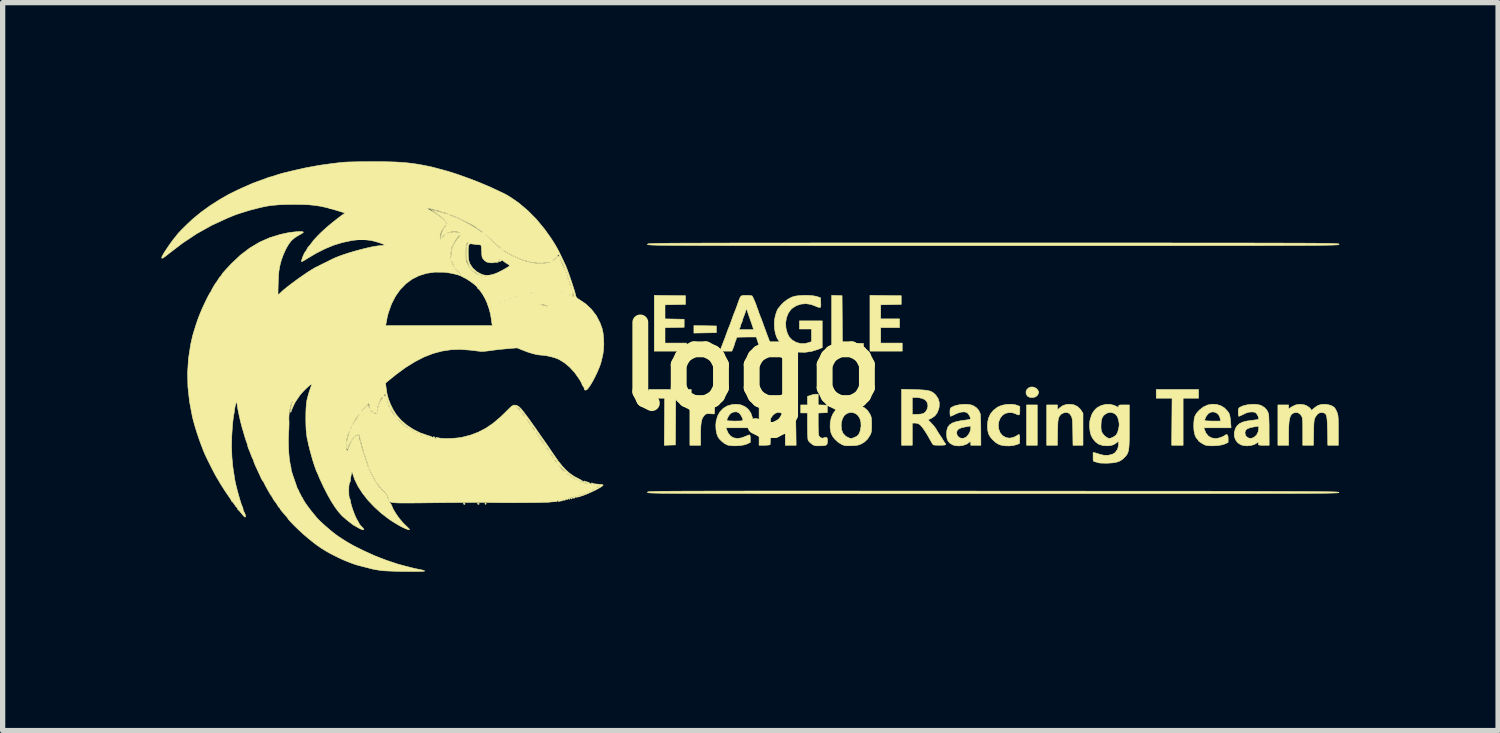
<source format=kicad_pcb>
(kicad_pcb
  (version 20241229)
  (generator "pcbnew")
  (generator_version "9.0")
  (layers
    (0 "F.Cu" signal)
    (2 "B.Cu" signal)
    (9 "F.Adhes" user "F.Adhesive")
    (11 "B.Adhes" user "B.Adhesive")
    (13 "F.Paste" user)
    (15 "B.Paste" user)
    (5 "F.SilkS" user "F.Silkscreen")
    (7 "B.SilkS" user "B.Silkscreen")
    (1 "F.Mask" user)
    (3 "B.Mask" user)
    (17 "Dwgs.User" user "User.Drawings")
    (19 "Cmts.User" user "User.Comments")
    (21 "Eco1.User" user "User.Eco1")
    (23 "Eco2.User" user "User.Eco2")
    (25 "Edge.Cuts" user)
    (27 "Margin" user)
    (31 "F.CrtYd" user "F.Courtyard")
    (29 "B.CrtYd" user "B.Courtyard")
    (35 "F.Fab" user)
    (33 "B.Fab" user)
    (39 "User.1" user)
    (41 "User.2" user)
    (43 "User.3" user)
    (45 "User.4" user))
  (footprint "logo"
    (layer "F.Cu")
    (at 11.155 3.878)
    (property "Reference" "logo" (at 0 0 0) (layer "F.SilkS") (effects (font (size 1.524 1.524) (thickness 0.3))))
    (attr through_hole)
    (fp_poly (pts (xy 5.397 1.486) (xy 5.194 1.486) (xy 5.194 0.724) (xy 5.397 0.724) (xy 5.397 1.486)) (stroke (width 0.01) (type solid)) (fill yes) (layer "F.SilkS"))
    (fp_poly (pts (xy -0.879 -0.772) (xy -0.667 -0.768) (xy -0.667 -0.641) (xy -1.092 -0.634) (xy -1.092 -0.775) (xy -0.879 -0.772)) (stroke (width 0.01) (type solid)) (fill yes) (layer "F.SilkS"))
    (fp_poly (pts (xy -6.049 -2.968) (xy -6.051 -2.96) (xy -6.058 -2.959) (xy -6.068 -2.964) (xy -6.066 -2.968) (xy -6.051 -2.969) (xy -6.049 -2.968)) (stroke (width 0.01) (type solid)) (fill yes) (layer "F.SilkS"))
    (fp_poly (pts (xy -5.419 2.587) (xy -5.417 2.591) (xy -5.419 2.602) (xy -5.429 2.603) (xy -5.446 2.597) (xy -5.448 2.591) (xy -5.439 2.578) (xy -5.436 2.578) (xy -5.419 2.587)) (stroke (width 0.01) (type solid)) (fill yes) (layer "F.SilkS"))
    (fp_poly (pts (xy -5.152 2.587) (xy -5.15 2.591) (xy -5.153 2.602) (xy -5.162 2.603) (xy -5.179 2.597) (xy -5.182 2.591) (xy -5.172 2.578) (xy -5.17 2.578) (xy -5.152 2.587)) (stroke (width 0.01) (type solid)) (fill yes) (layer "F.SilkS"))
    (fp_poly (pts (xy -5.017 2.588) (xy -5.016 2.591) (xy -5.026 2.603) (xy -5.029 2.603) (xy -5.042 2.594) (xy -5.042 2.591) (xy -5.032 2.578) (xy -5.029 2.578) (xy -5.017 2.588)) (stroke (width 0.01) (type solid)) (fill yes) (layer "F.SilkS"))
    (fp_poly (pts (xy -3.391 2.486) (xy -3.391 2.489) (xy -3.401 2.502) (xy -3.404 2.502) (xy -3.416 2.492) (xy -3.416 2.489) (xy -3.407 2.477) (xy -3.404 2.477) (xy -3.391 2.486)) (stroke (width 0.01) (type solid)) (fill yes) (layer "F.SilkS"))
    (fp_poly (pts (xy 8.445 0.597) (xy 8.153 0.597) (xy 8.153 1.486) (xy 7.937 1.486) (xy 7.944 0.597) (xy 7.645 0.597) (xy 7.645 0.432) (xy 8.445 0.432) (xy 8.445 0.597)) (stroke (width 0.01) (type solid)) (fill yes) (layer "F.SilkS"))
    (fp_poly (pts (xy 1.61 -1.344) (xy 1.708 -1.34) (xy 1.715 -0.445) (xy 1.913 -0.442) (xy 2.112 -0.438) (xy 2.112 -0.298) (xy 1.811 -0.295) (xy 1.511 -0.292) (xy 1.511 -1.347) (xy 1.61 -1.344)) (stroke (width 0.01) (type solid)) (fill yes) (layer "F.SilkS"))
    (fp_poly (pts (xy -1.143 0.597) (xy -1.435 0.597) (xy -1.438 1.038) (xy -1.441 1.48) (xy -1.547 1.483) (xy -1.652 1.487) (xy -1.648 1.042) (xy -1.645 0.597) (xy -1.943 0.597) (xy -1.943 0.432) (xy -1.143 0.432) (xy -1.143 0.597)) (stroke (width 0.01) (type solid)) (fill yes) (layer "F.SilkS"))
    (fp_poly (pts (xy 2.53 -1.343) (xy 2.826 -1.34) (xy 2.826 -1.175) (xy 2.632 -1.171) (xy 2.438 -1.168) (xy 2.438 -0.902) (xy 2.794 -0.902) (xy 2.794 -0.737) (xy 2.438 -0.737) (xy 2.438 -0.445) (xy 2.845 -0.445) (xy 2.845 -0.292) (xy 2.235 -0.292) (xy 2.235 -1.347) (xy 2.53 -1.343)) (stroke (width 0.01) (type solid)) (fill yes) (layer "F.SilkS"))
    (fp_poly (pts (xy -1.546 -1.343) (xy -1.251 -1.34) (xy -1.251 -1.175) (xy -1.445 -1.171) (xy -1.638 -1.168) (xy -1.638 -0.902) (xy -1.276 -0.895) (xy -1.276 -0.743) (xy -1.457 -0.739) (xy -1.638 -0.736) (xy -1.638 -0.445) (xy -1.232 -0.445) (xy -1.232 -0.292) (xy -1.841 -0.292) (xy -1.841 -1.347) (xy -1.546 -1.343)) (stroke (width 0.01) (type solid)) (fill yes) (layer "F.SilkS"))
    (fp_poly (pts (xy 5.362 0.401) (xy 5.399 0.431) (xy 5.42 0.469) (xy 5.423 0.488) (xy 5.415 0.517) (xy 5.394 0.548) (xy 5.392 0.551) (xy 5.353 0.576) (xy 5.304 0.586) (xy 5.255 0.581) (xy 5.214 0.56) (xy 5.209 0.555) (xy 5.186 0.515) (xy 5.184 0.473) (xy 5.2 0.434) (xy 5.231 0.403) (xy 5.274 0.386) (xy 5.314 0.385) (xy 5.362 0.401)) (stroke (width 0.01) (type solid)) (fill yes) (layer "F.SilkS"))
    (fp_poly (pts (xy -0.75 0.718) (xy -0.733 0.723) (xy -0.713 0.732) (xy -0.703 0.744) (xy -0.7 0.767) (xy -0.701 0.807) (xy -0.701 0.816) (xy -0.705 0.895) (xy -0.784 0.891) (xy -0.828 0.889) (xy -0.856 0.893) (xy -0.877 0.904) (xy -0.898 0.925) (xy -0.899 0.926) (xy -0.922 0.958) (xy -0.94 0.997) (xy -0.952 1.047) (xy -0.96 1.113) (xy -0.964 1.197) (xy -0.965 1.29) (xy -0.965 1.486) (xy -1.168 1.486) (xy -1.168 0.724) (xy -0.965 0.724) (xy -0.965 0.809) (xy -0.921 0.767) (xy -0.868 0.733) (xy -0.809 0.715) (xy -0.75 0.718)) (stroke (width 0.01) (type solid)) (fill yes) (layer "F.SilkS"))
    (fp_poly (pts (xy 6.086 0.721) (xy 6.154 0.752) (xy 6.209 0.804) (xy 6.222 0.822) (xy 6.261 0.881) (xy 6.261 1.486) (xy 6.072 1.486) (xy 6.068 1.235) (xy 6.067 1.147) (xy 6.064 1.08) (xy 6.062 1.03) (xy 6.058 0.994) (xy 6.052 0.967) (xy 6.044 0.946) (xy 6.039 0.934) (xy 6.007 0.889) (xy 5.968 0.868) (xy 5.918 0.869) (xy 5.89 0.877) (xy 5.848 0.899) (xy 5.818 0.934) (xy 5.811 0.946) (xy 5.802 0.966) (xy 5.795 0.989) (xy 5.79 1.018) (xy 5.786 1.057) (xy 5.784 1.11) (xy 5.782 1.183) (xy 5.781 1.241) (xy 5.777 1.486) (xy 5.575 1.486) (xy 5.575 0.724) (xy 5.779 0.724) (xy 5.779 0.818) (xy 5.813 0.785) (xy 5.875 0.74) (xy 5.942 0.716) (xy 6.002 0.711) (xy 6.086 0.721)) (stroke (width 0.01) (type solid)) (fill yes) (layer "F.SilkS"))
    (fp_poly (pts (xy 1.257 0.521) (xy 1.257 0.723) (xy 1.343 0.726) (xy 1.429 0.73) (xy 1.429 0.87) (xy 1.257 0.877) (xy 1.257 1.081) (xy 1.258 1.154) (xy 1.26 1.218) (xy 1.264 1.269) (xy 1.268 1.301) (xy 1.27 1.309) (xy 1.299 1.341) (xy 1.334 1.353) (xy 1.366 1.346) (xy 1.4 1.334) (xy 1.422 1.343) (xy 1.432 1.373) (xy 1.433 1.412) (xy 1.429 1.447) (xy 1.42 1.471) (xy 1.402 1.485) (xy 1.369 1.493) (xy 1.319 1.496) (xy 1.275 1.497) (xy 1.225 1.497) (xy 1.191 1.492) (xy 1.163 1.481) (xy 1.132 1.46) (xy 1.098 1.431) (xy 1.073 1.402) (xy 1.066 1.389) (xy 1.062 1.367) (xy 1.059 1.323) (xy 1.056 1.264) (xy 1.055 1.193) (xy 1.054 1.117) (xy 1.054 0.876) (xy 0.927 0.876) (xy 0.927 0.724) (xy 1.054 0.724) (xy 1.054 0.564) (xy 1.114 0.542) (xy 1.159 0.529) (xy 1.202 0.521) (xy 1.216 0.521) (xy 1.257 0.521)) (stroke (width 0.01) (type solid)) (fill yes) (layer "F.SilkS"))
    (fp_poly (pts (xy 0.684 0.731) (xy 0.71 0.742) (xy 0.755 0.771) (xy 0.786 0.806) (xy 0.802 0.835) (xy 0.812 0.855) (xy 0.819 0.876) (xy 0.824 0.9) (xy 0.828 0.931) (xy 0.831 0.974) (xy 0.833 1.031) (xy 0.834 1.106) (xy 0.836 1.191) (xy 0.84 1.486) (xy 0.635 1.486) (xy 0.635 1.232) (xy 0.635 1.142) (xy 0.633 1.072) (xy 0.631 1.021) (xy 0.628 0.984) (xy 0.622 0.957) (xy 0.615 0.937) (xy 0.614 0.935) (xy 0.582 0.892) (xy 0.539 0.869) (xy 0.491 0.866) (xy 0.442 0.884) (xy 0.4 0.921) (xy 0.394 0.928) (xy 0.358 0.979) (xy 0.356 1.222) (xy 0.355 1.298) (xy 0.354 1.366) (xy 0.352 1.42) (xy 0.35 1.458) (xy 0.348 1.475) (xy 0.348 1.475) (xy 0.333 1.48) (xy 0.299 1.484) (xy 0.253 1.486) (xy 0.241 1.486) (xy 0.14 1.486) (xy 0.14 0.724) (xy 0.356 0.724) (xy 0.356 0.805) (xy 0.384 0.779) (xy 0.449 0.737) (xy 0.525 0.715) (xy 0.605 0.712) (xy 0.684 0.731)) (stroke (width 0.01) (type solid)) (fill yes) (layer "F.SilkS"))
    (fp_poly (pts (xy 4.977 0.72) (xy 5.01 0.73) (xy 5.067 0.751) (xy 5.067 0.833) (xy 5.066 0.881) (xy 5.058 0.907) (xy 5.042 0.914) (xy 5.013 0.904) (xy 4.996 0.895) (xy 4.929 0.872) (xy 4.859 0.869) (xy 4.794 0.884) (xy 4.741 0.918) (xy 4.697 0.974) (xy 4.67 1.04) (xy 4.661 1.112) (xy 4.67 1.184) (xy 4.695 1.249) (xy 4.738 1.301) (xy 4.745 1.307) (xy 4.808 1.342) (xy 4.875 1.352) (xy 4.939 1.339) (xy 4.978 1.323) (xy 5.009 1.306) (xy 5.018 1.3) (xy 5.042 1.284) (xy 5.057 1.286) (xy 5.064 1.309) (xy 5.065 1.354) (xy 5.065 1.368) (xy 5.061 1.454) (xy 5.004 1.475) (xy 4.938 1.492) (xy 4.86 1.499) (xy 4.78 1.496) (xy 4.708 1.483) (xy 4.667 1.468) (xy 4.607 1.431) (xy 4.549 1.378) (xy 4.502 1.319) (xy 4.475 1.267) (xy 4.46 1.201) (xy 4.455 1.123) (xy 4.461 1.042) (xy 4.475 0.976) (xy 4.512 0.895) (xy 4.57 0.824) (xy 4.644 0.768) (xy 4.67 0.754) (xy 4.74 0.729) (xy 4.82 0.714) (xy 4.903 0.711) (xy 4.977 0.72)) (stroke (width 0.01) (type solid)) (fill yes) (layer "F.SilkS"))
    (fp_poly (pts (xy -0.207 0.722) (xy -0.129 0.755) (xy -0.065 0.806) (xy -0.017 0.875) (xy 0.013 0.961) (xy 0.025 1.057) (xy 0.026 1.156) (xy -0.484 1.156) (xy -0.476 1.184) (xy -0.443 1.259) (xy -0.397 1.314) (xy -0.338 1.347) (xy -0.269 1.358) (xy -0.19 1.346) (xy -0.115 1.317) (xy -0.077 1.301) (xy -0.048 1.291) (xy -0.036 1.291) (xy -0.03 1.306) (xy -0.026 1.338) (xy -0.025 1.365) (xy -0.025 1.432) (xy -0.086 1.461) (xy -0.137 1.478) (xy -0.205 1.49) (xy -0.28 1.496) (xy -0.355 1.496) (xy -0.422 1.49) (xy -0.464 1.479) (xy -0.515 1.452) (xy -0.567 1.411) (xy -0.612 1.365) (xy -0.638 1.326) (xy -0.661 1.264) (xy -0.675 1.186) (xy -0.678 1.104) (xy -0.672 1.032) (xy -0.667 1.016) (xy -0.47 1.016) (xy -0.458 1.022) (xy -0.422 1.026) (xy -0.365 1.028) (xy -0.318 1.029) (xy -0.252 1.028) (xy -0.208 1.027) (xy -0.181 1.023) (xy -0.168 1.017) (xy -0.165 1.009) (xy -0.173 0.977) (xy -0.193 0.936) (xy -0.219 0.897) (xy -0.246 0.87) (xy -0.248 0.869) (xy -0.291 0.854) (xy -0.341 0.858) (xy -0.388 0.879) (xy -0.404 0.892) (xy -0.429 0.923) (xy -0.452 0.962) (xy -0.467 0.999) (xy -0.47 1.016) (xy -0.667 1.016) (xy -0.644 0.933) (xy -0.597 0.851) (xy -0.534 0.786) (xy -0.455 0.74) (xy -0.363 0.716) (xy -0.299 0.711) (xy -0.207 0.722)) (stroke (width 0.01) (type solid)) (fill yes) (layer "F.SilkS"))
    (fp_poly (pts (xy 1.972 0.718) (xy 2.052 0.738) (xy 2.13 0.777) (xy 2.19 0.829) (xy 2.235 0.897) (xy 2.249 0.928) (xy 2.259 0.958) (xy 2.264 0.994) (xy 2.266 1.044) (xy 2.267 1.099) (xy 2.266 1.163) (xy 2.264 1.209) (xy 2.258 1.244) (xy 2.248 1.272) (xy 2.237 1.295) (xy 2.191 1.368) (xy 2.133 1.423) (xy 2.076 1.458) (xy 2.041 1.474) (xy 2.006 1.484) (xy 1.964 1.491) (xy 1.905 1.494) (xy 1.886 1.495) (xy 1.825 1.496) (xy 1.783 1.495) (xy 1.75 1.49) (xy 1.72 1.479) (xy 1.693 1.466) (xy 1.63 1.426) (xy 1.572 1.372) (xy 1.526 1.312) (xy 1.499 1.252) (xy 1.498 1.25) (xy 1.482 1.156) (xy 1.483 1.111) (xy 1.691 1.111) (xy 1.699 1.194) (xy 1.726 1.261) (xy 1.772 1.311) (xy 1.803 1.33) (xy 1.844 1.35) (xy 1.874 1.357) (xy 1.903 1.353) (xy 1.94 1.339) (xy 1.987 1.316) (xy 2.018 1.287) (xy 2.04 1.245) (xy 2.052 1.208) (xy 2.067 1.125) (xy 2.064 1.049) (xy 2.045 0.982) (xy 2.012 0.927) (xy 1.966 0.888) (xy 1.908 0.868) (xy 1.858 0.867) (xy 1.798 0.886) (xy 1.749 0.925) (xy 1.715 0.984) (xy 1.695 1.059) (xy 1.691 1.111) (xy 1.483 1.111) (xy 1.484 1.06) (xy 1.503 0.969) (xy 1.538 0.888) (xy 1.587 0.821) (xy 1.617 0.795) (xy 1.692 0.752) (xy 1.781 0.724) (xy 1.877 0.712) (xy 1.972 0.718)) (stroke (width 0.01) (type solid)) (fill yes) (layer "F.SilkS"))
    (fp_poly (pts (xy 1.08 -1.346) (xy 1.158 -1.339) (xy 1.22 -1.328) (xy 1.238 -1.323) (xy 1.302 -1.3) (xy 1.305 -1.209) (xy 1.307 -1.162) (xy 1.305 -1.134) (xy 1.299 -1.121) (xy 1.288 -1.118) (xy 1.283 -1.118) (xy 1.255 -1.123) (xy 1.218 -1.137) (xy 1.209 -1.142) (xy 1.118 -1.176) (xy 1.024 -1.189) (xy 0.932 -1.181) (xy 0.846 -1.153) (xy 0.771 -1.106) (xy 0.739 -1.077) (xy 0.69 -1.006) (xy 0.657 -0.921) (xy 0.642 -0.828) (xy 0.647 -0.734) (xy 0.649 -0.721) (xy 0.674 -0.629) (xy 0.711 -0.558) (xy 0.763 -0.504) (xy 0.832 -0.463) (xy 0.842 -0.458) (xy 0.926 -0.435) (xy 1.012 -0.437) (xy 1.071 -0.452) (xy 1.13 -0.472) (xy 1.13 -0.711) (xy 0.902 -0.711) (xy 0.902 -0.864) (xy 1.333 -0.864) (xy 1.333 -0.358) (xy 1.254 -0.326) (xy 1.132 -0.288) (xy 1.005 -0.27) (xy 0.881 -0.274) (xy 0.813 -0.285) (xy 0.763 -0.299) (xy 0.714 -0.315) (xy 0.694 -0.323) (xy 0.647 -0.351) (xy 0.595 -0.396) (xy 0.544 -0.449) (xy 0.501 -0.504) (xy 0.479 -0.541) (xy 0.45 -0.619) (xy 0.432 -0.712) (xy 0.427 -0.809) (xy 0.433 -0.893) (xy 0.444 -0.947) (xy 0.459 -1.002) (xy 0.477 -1.052) (xy 0.494 -1.089) (xy 0.507 -1.105) (xy 0.518 -1.118) (xy 0.539 -1.144) (xy 0.549 -1.157) (xy 0.602 -1.213) (xy 0.671 -1.265) (xy 0.746 -1.307) (xy 0.782 -1.321) (xy 0.84 -1.335) (xy 0.914 -1.343) (xy 0.996 -1.347) (xy 1.08 -1.346)) (stroke (width 0.01) (type solid)) (fill yes) (layer "F.SilkS"))
    (fp_poly (pts (xy 8.787 0.715) (xy 8.867 0.74) (xy 8.938 0.784) (xy 8.997 0.847) (xy 9.024 0.89) (xy 9.033 0.919) (xy 9.042 0.965) (xy 9.049 1.02) (xy 9.051 1.041) (xy 9.059 1.156) (xy 8.545 1.156) (xy 8.554 1.184) (xy 8.586 1.259) (xy 8.632 1.314) (xy 8.691 1.347) (xy 8.76 1.359) (xy 8.813 1.353) (xy 8.871 1.336) (xy 8.921 1.313) (xy 8.944 1.298) (xy 8.971 1.283) (xy 8.991 1.292) (xy 9.002 1.325) (xy 9.004 1.363) (xy 9.004 1.432) (xy 8.944 1.461) (xy 8.898 1.476) (xy 8.836 1.488) (xy 8.766 1.495) (xy 8.696 1.497) (xy 8.631 1.494) (xy 8.581 1.486) (xy 8.564 1.48) (xy 8.533 1.464) (xy 8.499 1.443) (xy 8.468 1.423) (xy 8.446 1.406) (xy 8.439 1.397) (xy 8.441 1.397) (xy 8.441 1.39) (xy 8.43 1.379) (xy 8.397 1.341) (xy 8.373 1.282) (xy 8.358 1.207) (xy 8.354 1.131) (xy 8.356 1.05) (xy 8.36 1.014) (xy 8.56 1.014) (xy 8.569 1.021) (xy 8.596 1.025) (xy 8.646 1.028) (xy 8.71 1.029) (xy 8.861 1.029) (xy 8.858 0.999) (xy 8.841 0.938) (xy 8.809 0.894) (xy 8.767 0.866) (xy 8.719 0.855) (xy 8.671 0.863) (xy 8.626 0.891) (xy 8.589 0.939) (xy 8.586 0.945) (xy 8.57 0.98) (xy 8.561 1.007) (xy 8.56 1.014) (xy 8.36 1.014) (xy 8.362 0.988) (xy 8.375 0.939) (xy 8.397 0.896) (xy 8.429 0.855) (xy 8.465 0.818) (xy 8.539 0.761) (xy 8.619 0.725) (xy 8.704 0.71) (xy 8.787 0.715)) (stroke (width 0.01) (type solid)) (fill yes) (layer "F.SilkS"))
    (fp_poly (pts (xy 3.077 0.434) (xy 3.177 0.438) (xy 3.256 0.443) (xy 3.318 0.45) (xy 3.366 0.461) (xy 3.404 0.477) (xy 3.437 0.499) (xy 3.468 0.527) (xy 3.482 0.543) (xy 3.526 0.608) (xy 3.546 0.681) (xy 3.543 0.763) (xy 3.536 0.795) (xy 3.507 0.872) (xy 3.463 0.93) (xy 3.401 0.974) (xy 3.378 0.985) (xy 3.334 1.005) (xy 3.401 1.076) (xy 3.437 1.115) (xy 3.467 1.153) (xy 3.486 1.181) (xy 3.487 1.183) (xy 3.506 1.216) (xy 3.532 1.258) (xy 3.558 1.298) (xy 3.578 1.326) (xy 3.579 1.327) (xy 3.591 1.346) (xy 3.609 1.376) (xy 3.614 1.384) (xy 3.634 1.417) (xy 3.652 1.442) (xy 3.654 1.445) (xy 3.667 1.463) (xy 3.665 1.475) (xy 3.645 1.482) (xy 3.605 1.485) (xy 3.55 1.486) (xy 3.494 1.485) (xy 3.458 1.483) (xy 3.436 1.479) (xy 3.423 1.47) (xy 3.414 1.456) (xy 3.392 1.417) (xy 3.366 1.372) (xy 3.341 1.327) (xy 3.32 1.291) (xy 3.308 1.271) (xy 3.261 1.198) (xy 3.222 1.144) (xy 3.189 1.107) (xy 3.158 1.084) (xy 3.127 1.071) (xy 3.091 1.067) (xy 3.08 1.067) (xy 3.035 1.067) (xy 3.035 1.486) (xy 2.832 1.486) (xy 2.832 0.584) (xy 3.035 0.584) (xy 3.035 0.902) (xy 3.125 0.902) (xy 3.191 0.898) (xy 3.24 0.887) (xy 3.253 0.882) (xy 3.288 0.852) (xy 3.315 0.806) (xy 3.329 0.754) (xy 3.33 0.734) (xy 3.317 0.677) (xy 3.284 0.633) (xy 3.23 0.603) (xy 3.158 0.587) (xy 3.111 0.584) (xy 3.035 0.584) (xy 2.832 0.584) (xy 2.832 0.428) (xy 3.077 0.434)) (stroke (width 0.01) (type solid)) (fill yes) (layer "F.SilkS"))
    (fp_poly (pts (xy 10.436 0.72) (xy 10.483 0.737) (xy 10.521 0.761) (xy 10.552 0.786) (xy 10.561 0.797) (xy 10.581 0.827) (xy 10.627 0.786) (xy 10.664 0.758) (xy 10.703 0.734) (xy 10.714 0.729) (xy 10.774 0.714) (xy 10.842 0.712) (xy 10.91 0.723) (xy 10.97 0.744) (xy 11.014 0.775) (xy 11.031 0.801) (xy 11.051 0.839) (xy 11.062 0.863) (xy 11.07 0.887) (xy 11.077 0.913) (xy 11.081 0.943) (xy 11.084 0.983) (xy 11.086 1.036) (xy 11.087 1.107) (xy 11.087 1.198) (xy 11.087 1.207) (xy 11.087 1.486) (xy 10.887 1.486) (xy 10.882 1.215) (xy 10.879 1.114) (xy 10.876 1.036) (xy 10.871 0.978) (xy 10.864 0.936) (xy 10.853 0.907) (xy 10.839 0.888) (xy 10.819 0.877) (xy 10.793 0.87) (xy 10.788 0.869) (xy 10.737 0.871) (xy 10.694 0.897) (xy 10.656 0.947) (xy 10.649 0.96) (xy 10.64 0.98) (xy 10.633 1.004) (xy 10.628 1.035) (xy 10.624 1.078) (xy 10.622 1.136) (xy 10.62 1.213) (xy 10.62 1.248) (xy 10.616 1.486) (xy 10.414 1.486) (xy 10.414 1.229) (xy 10.414 1.14) (xy 10.413 1.073) (xy 10.411 1.024) (xy 10.408 0.989) (xy 10.404 0.964) (xy 10.397 0.946) (xy 10.389 0.931) (xy 10.353 0.888) (xy 10.31 0.868) (xy 10.268 0.869) (xy 10.232 0.881) (xy 10.203 0.902) (xy 10.181 0.936) (xy 10.165 0.985) (xy 10.155 1.051) (xy 10.149 1.137) (xy 10.147 1.246) (xy 10.147 1.258) (xy 10.147 1.486) (xy 9.944 1.486) (xy 9.944 0.724) (xy 10.147 0.724) (xy 10.147 0.799) (xy 10.207 0.759) (xy 10.28 0.724) (xy 10.358 0.711) (xy 10.436 0.72)) (stroke (width 0.01) (type solid)) (fill yes) (layer "F.SilkS"))
    (fp_poly (pts (xy 4.075 0.713) (xy 4.147 0.724) (xy 4.18 0.735) (xy 4.242 0.773) (xy 4.289 0.824) (xy 4.317 0.883) (xy 4.32 0.894) (xy 4.323 0.923) (xy 4.325 0.972) (xy 4.328 1.036) (xy 4.329 1.113) (xy 4.33 1.196) (xy 4.33 1.216) (xy 4.331 1.486) (xy 4.14 1.486) (xy 4.14 1.405) (xy 4.111 1.432) (xy 4.059 1.466) (xy 3.992 1.489) (xy 3.92 1.499) (xy 3.85 1.494) (xy 3.804 1.481) (xy 3.748 1.449) (xy 3.712 1.41) (xy 3.691 1.359) (xy 3.683 1.29) (xy 3.683 1.27) (xy 3.684 1.254) (xy 3.873 1.254) (xy 3.884 1.3) (xy 3.913 1.334) (xy 3.953 1.353) (xy 4 1.355) (xy 4.047 1.336) (xy 4.053 1.332) (xy 4.092 1.292) (xy 4.123 1.238) (xy 4.139 1.182) (xy 4.14 1.165) (xy 4.14 1.122) (xy 4.035 1.14) (xy 3.965 1.155) (xy 3.917 1.175) (xy 3.888 1.2) (xy 3.875 1.234) (xy 3.873 1.254) (xy 3.684 1.254) (xy 3.689 1.2) (xy 3.707 1.144) (xy 3.741 1.1) (xy 3.792 1.066) (xy 3.862 1.041) (xy 3.954 1.022) (xy 4.008 1.015) (xy 4.059 1.008) (xy 4.102 1.001) (xy 4.128 0.994) (xy 4.132 0.991) (xy 4.135 0.973) (xy 4.124 0.943) (xy 4.105 0.91) (xy 4.082 0.881) (xy 4.063 0.866) (xy 4.017 0.855) (xy 3.957 0.86) (xy 3.889 0.88) (xy 3.845 0.9) (xy 3.805 0.92) (xy 3.773 0.934) (xy 3.757 0.94) (xy 3.752 0.928) (xy 3.748 0.898) (xy 3.747 0.864) (xy 3.748 0.819) (xy 3.754 0.793) (xy 3.766 0.776) (xy 3.775 0.77) (xy 3.835 0.742) (xy 3.911 0.723) (xy 3.993 0.713) (xy 4.075 0.713)) (stroke (width 0.01) (type solid)) (fill yes) (layer "F.SilkS"))
    (fp_poly (pts (xy 9.523 0.713) (xy 9.595 0.724) (xy 9.629 0.735) (xy 9.69 0.773) (xy 9.737 0.824) (xy 9.765 0.883) (xy 9.768 0.894) (xy 9.771 0.923) (xy 9.774 0.972) (xy 9.776 1.036) (xy 9.778 1.113) (xy 9.778 1.196) (xy 9.778 1.216) (xy 9.779 1.486) (xy 9.677 1.486) (xy 9.627 1.486) (xy 9.597 1.484) (xy 9.582 1.478) (xy 9.576 1.467) (xy 9.576 1.452) (xy 9.574 1.429) (xy 9.566 1.428) (xy 9.553 1.439) (xy 9.501 1.471) (xy 9.434 1.491) (xy 9.36 1.498) (xy 9.288 1.491) (xy 9.238 1.474) (xy 9.182 1.436) (xy 9.143 1.382) (xy 9.121 1.318) (xy 9.12 1.254) (xy 9.322 1.254) (xy 9.332 1.298) (xy 9.355 1.328) (xy 9.399 1.354) (xy 9.446 1.355) (xy 9.496 1.334) (xy 9.542 1.292) (xy 9.571 1.233) (xy 9.58 1.176) (xy 9.582 1.123) (xy 9.481 1.141) (xy 9.411 1.157) (xy 9.363 1.177) (xy 9.335 1.203) (xy 9.323 1.238) (xy 9.322 1.254) (xy 9.12 1.254) (xy 9.12 1.248) (xy 9.139 1.177) (xy 9.145 1.163) (xy 9.176 1.116) (xy 9.217 1.079) (xy 9.272 1.051) (xy 9.344 1.031) (xy 9.438 1.017) (xy 9.453 1.015) (xy 9.504 1.009) (xy 9.546 1.003) (xy 9.571 0.999) (xy 9.575 0.997) (xy 9.582 0.98) (xy 9.575 0.95) (xy 9.558 0.914) (xy 9.544 0.894) (xy 9.524 0.872) (xy 9.501 0.861) (xy 9.466 0.857) (xy 9.446 0.857) (xy 9.395 0.861) (xy 9.346 0.876) (xy 9.297 0.899) (xy 9.256 0.919) (xy 9.223 0.934) (xy 9.206 0.94) (xy 9.206 0.94) (xy 9.2 0.928) (xy 9.196 0.898) (xy 9.195 0.864) (xy 9.196 0.819) (xy 9.202 0.793) (xy 9.214 0.776) (xy 9.223 0.77) (xy 9.283 0.742) (xy 9.359 0.723) (xy 9.441 0.713) (xy 9.523 0.713)) (stroke (width 0.01) (type solid)) (fill yes) (layer "F.SilkS"))
    (fp_poly (pts (xy 6.849 0.732) (xy 6.874 0.743) (xy 6.909 0.761) (xy 6.927 0.767) (xy 6.933 0.763) (xy 6.934 0.75) (xy 6.936 0.737) (xy 6.946 0.729) (xy 6.968 0.725) (xy 7.008 0.724) (xy 7.036 0.724) (xy 7.137 0.724) (xy 7.137 1.133) (xy 7.137 1.259) (xy 7.136 1.361) (xy 7.134 1.444) (xy 7.13 1.51) (xy 7.125 1.562) (xy 7.116 1.603) (xy 7.105 1.636) (xy 7.09 1.663) (xy 7.072 1.687) (xy 7.049 1.712) (xy 7.048 1.714) (xy 6.999 1.758) (xy 6.947 1.789) (xy 6.886 1.809) (xy 6.811 1.82) (xy 6.731 1.825) (xy 6.669 1.825) (xy 6.615 1.824) (xy 6.573 1.821) (xy 6.553 1.817) (xy 6.515 1.805) (xy 6.487 1.798) (xy 6.468 1.792) (xy 6.457 1.782) (xy 6.453 1.761) (xy 6.452 1.722) (xy 6.452 1.706) (xy 6.452 1.623) (xy 6.487 1.629) (xy 6.52 1.638) (xy 6.563 1.652) (xy 6.579 1.657) (xy 6.658 1.676) (xy 6.74 1.676) (xy 6.815 1.656) (xy 6.826 1.651) (xy 6.859 1.632) (xy 6.88 1.613) (xy 6.883 1.605) (xy 6.89 1.589) (xy 6.896 1.587) (xy 6.907 1.576) (xy 6.918 1.547) (xy 6.928 1.508) (xy 6.934 1.467) (xy 6.934 1.451) (xy 6.934 1.41) (xy 6.877 1.451) (xy 6.84 1.474) (xy 6.804 1.487) (xy 6.76 1.494) (xy 6.73 1.497) (xy 6.637 1.492) (xy 6.557 1.466) (xy 6.492 1.418) (xy 6.439 1.349) (xy 6.412 1.293) (xy 6.397 1.238) (xy 6.388 1.17) (xy 6.385 1.115) (xy 6.601 1.115) (xy 6.602 1.17) (xy 6.607 1.208) (xy 6.618 1.239) (xy 6.633 1.265) (xy 6.663 1.302) (xy 6.702 1.334) (xy 6.741 1.354) (xy 6.763 1.358) (xy 6.781 1.353) (xy 6.813 1.341) (xy 6.828 1.334) (xy 6.881 1.299) (xy 6.913 1.251) (xy 6.917 1.238) (xy 6.933 1.177) (xy 6.942 1.132) (xy 6.945 1.095) (xy 6.942 1.059) (xy 6.935 1.025) (xy 6.919 0.965) (xy 6.897 0.924) (xy 6.865 0.894) (xy 6.843 0.881) (xy 6.789 0.865) (xy 6.733 0.872) (xy 6.693 0.891) (xy 6.65 0.924) (xy 6.622 0.969) (xy 6.606 1.03) (xy 6.601 1.111) (xy 6.601 1.115) (xy 6.385 1.115) (xy 6.385 1.1) (xy 6.389 1.035) (xy 6.4 0.985) (xy 6.401 0.984) (xy 6.413 0.949) (xy 6.421 0.922) (xy 6.435 0.888) (xy 6.462 0.846) (xy 6.495 0.806) (xy 6.526 0.778) (xy 6.602 0.736) (xy 6.685 0.714) (xy 6.769 0.712) (xy 6.849 0.732)) (stroke (width 0.01) (type solid)) (fill yes) (layer "F.SilkS"))
    (fp_poly (pts (xy -0.103 -1.346) (xy -0.054 -1.345) (xy -0.016 -1.342) (xy 0.006 -1.337) (xy 0.007 -1.336) (xy 0.017 -1.322) (xy 0.032 -1.291) (xy 0.05 -1.25) (xy 0.069 -1.206) (xy 0.084 -1.165) (xy 0.095 -1.135) (xy 0.096 -1.13) (xy 0.101 -1.115) (xy 0.112 -1.088) (xy 0.123 -1.06) (xy 0.127 -1.044) (xy 0.132 -1.029) (xy 0.144 -0.996) (xy 0.161 -0.953) (xy 0.166 -0.94) (xy 0.185 -0.893) (xy 0.2 -0.853) (xy 0.209 -0.828) (xy 0.21 -0.826) (xy 0.217 -0.804) (xy 0.23 -0.767) (xy 0.242 -0.737) (xy 0.258 -0.692) (xy 0.273 -0.653) (xy 0.279 -0.635) (xy 0.29 -0.605) (xy 0.306 -0.563) (xy 0.318 -0.533) (xy 0.334 -0.489) (xy 0.349 -0.45) (xy 0.355 -0.432) (xy 0.368 -0.398) (xy 0.384 -0.359) (xy 0.386 -0.354) (xy 0.396 -0.323) (xy 0.399 -0.303) (xy 0.397 -0.3) (xy 0.382 -0.296) (xy 0.347 -0.294) (xy 0.301 -0.292) (xy 0.287 -0.292) (xy 0.184 -0.292) (xy 0.164 -0.34) (xy 0.12 -0.456) (xy 0.1 -0.518) (xy 0.088 -0.559) (xy -0.104 -0.559) (xy -0.17 -0.558) (xy -0.225 -0.557) (xy -0.265 -0.555) (xy -0.286 -0.552) (xy -0.288 -0.551) (xy -0.288 -0.535) (xy -0.296 -0.506) (xy -0.3 -0.497) (xy -0.314 -0.46) (xy -0.324 -0.43) (xy -0.325 -0.426) (xy -0.332 -0.4) (xy -0.346 -0.362) (xy -0.352 -0.347) (xy -0.375 -0.292) (xy -0.487 -0.292) (xy -0.54 -0.292) (xy -0.572 -0.294) (xy -0.589 -0.298) (xy -0.593 -0.306) (xy -0.59 -0.32) (xy -0.59 -0.321) (xy -0.579 -0.354) (xy -0.565 -0.387) (xy -0.504 -0.544) (xy -0.483 -0.603) (xy -0.467 -0.648) (xy -0.453 -0.686) (xy -0.448 -0.699) (xy -0.242 -0.699) (xy 0.036 -0.699) (xy 0.026 -0.733) (xy 0.017 -0.76) (xy 0.003 -0.803) (xy -0.016 -0.857) (xy -0.032 -0.902) (xy -0.052 -0.959) (xy -0.069 -1.01) (xy -0.082 -1.049) (xy -0.088 -1.067) (xy -0.097 -1.098) (xy -0.11 -1.06) (xy -0.12 -1.031) (xy -0.125 -1.013) (xy -0.125 -1.013) (xy -0.131 -0.996) (xy -0.143 -0.966) (xy -0.147 -0.956) (xy -0.162 -0.917) (xy -0.172 -0.882) (xy -0.173 -0.878) (xy -0.183 -0.844) (xy -0.198 -0.811) (xy -0.209 -0.786) (xy -0.21 -0.775) (xy -0.21 -0.775) (xy -0.21 -0.765) (xy -0.22 -0.741) (xy -0.222 -0.737) (xy -0.242 -0.699) (xy -0.448 -0.699) (xy -0.446 -0.705) (xy -0.421 -0.765) (xy -0.393 -0.84) (xy -0.369 -0.908) (xy -0.353 -0.953) (xy -0.339 -0.99) (xy -0.331 -1.01) (xy -0.307 -1.069) (xy -0.279 -1.144) (xy -0.255 -1.213) (xy -0.234 -1.271) (xy -0.218 -1.309) (xy -0.201 -1.331) (xy -0.18 -1.342) (xy -0.149 -1.346) (xy -0.103 -1.346) (xy -0.103 -1.346)) (stroke (width 0.01) (type solid)) (fill yes) (layer "F.SilkS"))
    (fp_poly (pts (xy 0.953 2.351) (xy 1.254 2.351) (xy 1.576 2.351) (xy 1.918 2.351) (xy 2.282 2.352) (xy 2.668 2.352) (xy 3.076 2.352) (xy 3.508 2.352) (xy 3.964 2.352) (xy 4.444 2.353) (xy 4.562 2.353) (xy 5.049 2.353) (xy 5.511 2.353) (xy 5.949 2.353) (xy 6.364 2.354) (xy 6.756 2.354) (xy 7.125 2.354) (xy 7.473 2.354) (xy 7.801 2.355) (xy 8.107 2.355) (xy 8.395 2.355) (xy 8.663 2.355) (xy 8.913 2.356) (xy 9.146 2.356) (xy 9.361 2.356) (xy 9.56 2.357) (xy 9.743 2.357) (xy 9.911 2.358) (xy 10.065 2.358) (xy 10.205 2.359) (xy 10.332 2.359) (xy 10.446 2.36) (xy 10.548 2.361) (xy 10.639 2.361) (xy 10.72 2.362) (xy 10.79 2.363) (xy 10.852 2.364) (xy 10.904 2.365) (xy 10.949 2.366) (xy 10.986 2.367) (xy 11.017 2.368) (xy 11.041 2.369) (xy 11.061 2.37) (xy 11.075 2.372) (xy 11.085 2.373) (xy 11.092 2.374) (xy 11.096 2.376) (xy 11.097 2.378) (xy 11.097 2.378) (xy 11.097 2.38) (xy 11.094 2.381) (xy 11.089 2.383) (xy 11.081 2.384) (xy 11.068 2.386) (xy 11.051 2.387) (xy 11.029 2.388) (xy 11.001 2.389) (xy 10.966 2.39) (xy 10.924 2.391) (xy 10.874 2.392) (xy 10.816 2.393) (xy 10.749 2.394) (xy 10.672 2.394) (xy 10.585 2.395) (xy 10.486 2.396) (xy 10.376 2.396) (xy 10.253 2.397) (xy 10.118 2.397) (xy 9.969 2.398) (xy 9.806 2.398) (xy 9.628 2.398) (xy 9.434 2.399) (xy 9.224 2.399) (xy 8.997 2.399) (xy 8.753 2.399) (xy 8.491 2.4) (xy 8.21 2.4) (xy 7.909 2.4) (xy 7.589 2.4) (xy 7.248 2.4) (xy 6.885 2.4) (xy 6.501 2.4) (xy 6.093 2.4) (xy 5.663 2.4) (xy 5.209 2.4) (xy 4.73 2.4) (xy 4.567 2.4) (xy 4.08 2.4) (xy 3.619 2.4) (xy 3.181 2.4) (xy 2.767 2.4) (xy 2.376 2.4) (xy 2.007 2.4) (xy 1.659 2.4) (xy 1.332 2.4) (xy 1.026 2.4) (xy 0.739 2.4) (xy 0.471 2.4) (xy 0.221 2.4) (xy -0.011 2.399) (xy -0.226 2.399) (xy -0.424 2.399) (xy -0.607 2.399) (xy -0.775 2.398) (xy -0.929 2.398) (xy -1.068 2.397) (xy -1.195 2.397) (xy -1.309 2.396) (xy -1.412 2.396) (xy -1.503 2.395) (xy -1.583 2.394) (xy -1.654 2.394) (xy -1.716 2.393) (xy -1.768 2.392) (xy -1.813 2.391) (xy -1.851 2.39) (xy -1.882 2.389) (xy -1.907 2.388) (xy -1.927 2.387) (xy -1.942 2.385) (xy -1.953 2.384) (xy -1.96 2.382) (xy -1.965 2.381) (xy -1.967 2.379) (xy -1.968 2.377) (xy -1.968 2.375) (xy -1.968 2.375) (xy -1.968 2.373) (xy -1.968 2.371) (xy -1.965 2.369) (xy -1.961 2.368) (xy -1.955 2.366) (xy -1.945 2.365) (xy -1.931 2.364) (xy -1.913 2.362) (xy -1.889 2.361) (xy -1.859 2.36) (xy -1.824 2.359) (xy -1.78 2.358) (xy -1.73 2.357) (xy -1.67 2.356) (xy -1.602 2.356) (xy -1.524 2.355) (xy -1.435 2.354) (xy -1.336 2.354) (xy -1.225 2.353) (xy -1.101 2.353) (xy -0.965 2.353) (xy -0.815 2.352) (xy -0.651 2.352) (xy -0.471 2.352) (xy -0.277 2.352) (xy -0.066 2.351) (xy 0.162 2.351) (xy 0.407 2.351) (xy 0.671 2.351) (xy 0.953 2.351)) (stroke (width 0.01) (type solid)) (fill yes) (layer "F.SilkS"))
    (fp_poly (pts (xy 5.514 -2.337) (xy 5.951 -2.337) (xy 6.365 -2.337) (xy 6.756 -2.337) (xy 7.125 -2.337) (xy 7.473 -2.337) (xy 7.8 -2.337) (xy 8.106 -2.336) (xy 8.393 -2.336) (xy 8.661 -2.336) (xy 8.91 -2.336) (xy 9.142 -2.336) (xy 9.357 -2.336) (xy 9.556 -2.335) (xy 9.739 -2.335) (xy 9.907 -2.335) (xy 10.06 -2.334) (xy 10.2 -2.334) (xy 10.327 -2.333) (xy 10.441 -2.333) (xy 10.543 -2.332) (xy 10.634 -2.332) (xy 10.715 -2.331) (xy 10.786 -2.33) (xy 10.847 -2.329) (xy 10.9 -2.329) (xy 10.945 -2.328) (xy 10.982 -2.327) (xy 11.013 -2.325) (xy 11.038 -2.324) (xy 11.058 -2.323) (xy 11.073 -2.322) (xy 11.084 -2.32) (xy 11.091 -2.319) (xy 11.096 -2.317) (xy 11.099 -2.315) (xy 11.1 -2.314) (xy 11.1 -2.312) (xy 11.1 -2.311) (xy 11.1 -2.31) (xy 11.099 -2.308) (xy 11.097 -2.306) (xy 11.093 -2.304) (xy 11.086 -2.303) (xy 11.076 -2.301) (xy 11.062 -2.3) (xy 11.044 -2.299) (xy 11.02 -2.298) (xy 10.99 -2.297) (xy 10.954 -2.295) (xy 10.911 -2.295) (xy 10.86 -2.294) (xy 10.801 -2.293) (xy 10.732 -2.292) (xy 10.654 -2.291) (xy 10.566 -2.291) (xy 10.466 -2.29) (xy 10.355 -2.289) (xy 10.231 -2.289) (xy 10.095 -2.289) (xy 9.944 -2.288) (xy 9.78 -2.288) (xy 9.601 -2.287) (xy 9.406 -2.287) (xy 9.195 -2.287) (xy 8.967 -2.287) (xy 8.721 -2.287) (xy 8.458 -2.286) (xy 8.176 -2.286) (xy 7.874 -2.286) (xy 7.552 -2.286) (xy 7.21 -2.286) (xy 6.846 -2.286) (xy 6.46 -2.286) (xy 6.051 -2.286) (xy 5.619 -2.286) (xy 5.163 -2.286) (xy 4.683 -2.286) (xy 4.566 -2.286) (xy 4.079 -2.286) (xy 3.618 -2.286) (xy 3.18 -2.286) (xy 2.766 -2.286) (xy 2.375 -2.286) (xy 2.006 -2.286) (xy 1.658 -2.286) (xy 1.332 -2.286) (xy 1.025 -2.286) (xy 0.738 -2.286) (xy 0.47 -2.287) (xy 0.221 -2.287) (xy -0.011 -2.287) (xy -0.226 -2.287) (xy -0.425 -2.287) (xy -0.608 -2.288) (xy -0.776 -2.288) (xy -0.929 -2.288) (xy -1.069 -2.289) (xy -1.195 -2.289) (xy -1.31 -2.29) (xy -1.412 -2.29) (xy -1.503 -2.291) (xy -1.584 -2.292) (xy -1.654 -2.293) (xy -1.716 -2.293) (xy -1.769 -2.294) (xy -1.814 -2.295) (xy -1.851 -2.296) (xy -1.882 -2.297) (xy -1.907 -2.299) (xy -1.927 -2.3) (xy -1.942 -2.301) (xy -1.953 -2.303) (xy -1.96 -2.304) (xy -1.965 -2.306) (xy -1.967 -2.307) (xy -1.968 -2.309) (xy -1.968 -2.311) (xy -1.968 -2.311) (xy -1.968 -2.313) (xy -1.968 -2.315) (xy -1.965 -2.317) (xy -1.961 -2.318) (xy -1.955 -2.32) (xy -1.945 -2.321) (xy -1.931 -2.323) (xy -1.912 -2.324) (xy -1.889 -2.325) (xy -1.859 -2.326) (xy -1.823 -2.327) (xy -1.78 -2.328) (xy -1.729 -2.329) (xy -1.67 -2.33) (xy -1.601 -2.331) (xy -1.523 -2.332) (xy -1.434 -2.332) (xy -1.335 -2.333) (xy -1.223 -2.333) (xy -1.1 -2.334) (xy -0.963 -2.334) (xy -0.813 -2.335) (xy -0.649 -2.335) (xy -0.469 -2.335) (xy -0.275 -2.336) (xy -0.063 -2.336) (xy 0.164 -2.336) (xy 0.41 -2.336) (xy 0.673 -2.336) (xy 0.956 -2.336) (xy 1.257 -2.337) (xy 1.579 -2.337) (xy 1.922 -2.337) (xy 2.286 -2.337) (xy 2.672 -2.337) (xy 3.08 -2.337) (xy 3.512 -2.337) (xy 3.968 -2.337) (xy 5.052 -2.337) (xy 5.514 -2.337)) (stroke (width 0.01) (type solid)) (fill yes) (layer "F.SilkS"))
    (fp_poly (pts (xy -6.993 -3.873) (xy -6.848 -3.87) (xy -6.72 -3.866) (xy -6.606 -3.859) (xy -6.502 -3.85) (xy -6.404 -3.838) (xy -6.307 -3.824) (xy -6.274 -3.818) (xy -6.21 -3.806) (xy -6.157 -3.796) (xy -6.108 -3.786) (xy -6.06 -3.776) (xy -6.006 -3.762) (xy -5.944 -3.746) (xy -5.866 -3.725) (xy -5.77 -3.699) (xy -5.759 -3.696) (xy -5.663 -3.667) (xy -5.551 -3.63) (xy -5.427 -3.586) (xy -5.298 -3.539) (xy -5.17 -3.489) (xy -5.049 -3.439) (xy -4.941 -3.393) (xy -4.877 -3.363) (xy -4.819 -3.336) (xy -4.766 -3.311) (xy -4.724 -3.291) (xy -4.702 -3.281) (xy -4.652 -3.256) (xy -4.587 -3.218) (xy -4.516 -3.172) (xy -4.443 -3.122) (xy -4.394 -3.086) (xy -4.226 -2.944) (xy -4.067 -2.783) (xy -3.916 -2.6) (xy -3.81 -2.452) (xy -3.77 -2.392) (xy -3.735 -2.338) (xy -3.705 -2.288) (xy -3.675 -2.236) (xy -3.645 -2.178) (xy -3.611 -2.11) (xy -3.572 -2.029) (xy -3.526 -1.93) (xy -3.511 -1.899) (xy -3.498 -1.865) (xy -3.478 -1.814) (xy -3.455 -1.75) (xy -3.43 -1.679) (xy -3.405 -1.605) (xy -3.381 -1.533) (xy -3.361 -1.47) (xy -3.345 -1.419) (xy -3.336 -1.385) (xy -3.335 -1.381) (xy -3.325 -1.335) (xy -3.31 -1.306) (xy -3.285 -1.284) (xy -3.265 -1.272) (xy -3.137 -1.186) (xy -3.027 -1.082) (xy -2.936 -0.963) (xy -2.866 -0.828) (xy -2.826 -0.718) (xy -2.808 -0.633) (xy -2.798 -0.533) (xy -2.794 -0.427) (xy -2.799 -0.324) (xy -2.811 -0.233) (xy -2.815 -0.216) (xy -2.825 -0.171) (xy -2.834 -0.134) (xy -2.838 -0.114) (xy -2.856 -0.05) (xy -2.885 0.027) (xy -2.921 0.111) (xy -2.962 0.196) (xy -3.004 0.276) (xy -3.046 0.347) (xy -3.085 0.403) (xy -3.107 0.429) (xy -3.128 0.442) (xy -3.15 0.444) (xy -3.162 0.434) (xy -3.162 0.432) (xy -3.164 0.41) (xy -3.173 0.39) (xy -3.19 0.365) (xy -3.205 0.342) (xy -3.208 0.33) (xy -3.207 0.33) (xy -3.211 0.32) (xy -3.225 0.293) (xy -3.247 0.254) (xy -3.265 0.226) (xy -3.345 0.113) (xy -3.437 0.013) (xy -3.535 -0.07) (xy -3.637 -0.133) (xy -3.667 -0.147) (xy -3.724 -0.168) (xy -3.794 -0.187) (xy -3.866 -0.203) (xy -3.931 -0.213) (xy -3.969 -0.216) (xy -4.039 -0.223) (xy -4.125 -0.242) (xy -4.223 -0.271) (xy -4.325 -0.31) (xy -4.434 -0.354) (xy -4.595 -0.341) (xy -4.677 -0.333) (xy -4.77 -0.324) (xy -4.862 -0.313) (xy -4.921 -0.305) (xy -4.986 -0.296) (xy -5.044 -0.29) (xy -5.089 -0.287) (xy -5.116 -0.286) (xy -5.118 -0.286) (xy -5.142 -0.29) (xy -5.186 -0.295) (xy -5.243 -0.302) (xy -5.309 -0.31) (xy -5.328 -0.312) (xy -5.507 -0.325) (xy -5.681 -0.319) (xy -5.852 -0.293) (xy -6.021 -0.248) (xy -6.191 -0.182) (xy -6.362 -0.094) (xy -6.538 0.015) (xy -6.719 0.148) (xy -6.833 0.24) (xy -6.87 0.271) (xy -6.9 0.295) (xy -6.916 0.309) (xy -6.918 0.31) (xy -6.917 0.323) (xy -6.914 0.353) (xy -6.909 0.395) (xy -6.902 0.44) (xy -6.896 0.483) (xy -6.891 0.514) (xy -6.866 0.609) (xy -6.826 0.712) (xy -6.775 0.814) (xy -6.717 0.906) (xy -6.711 0.914) (xy -6.624 1.015) (xy -6.517 1.106) (xy -6.394 1.187) (xy -6.261 1.253) (xy -6.122 1.301) (xy -6.118 1.302) (xy -6.076 1.315) (xy -6.045 1.328) (xy -6.032 1.338) (xy -6.032 1.339) (xy -6.027 1.342) (xy -6.019 1.333) (xy -6.007 1.323) (xy -5.995 1.331) (xy -5.986 1.343) (xy -5.966 1.364) (xy -5.952 1.371) (xy -5.948 1.366) (xy -5.956 1.359) (xy -5.969 1.346) (xy -5.962 1.339) (xy -5.939 1.341) (xy -5.929 1.344) (xy -5.89 1.352) (xy -5.832 1.357) (xy -5.76 1.359) (xy -5.682 1.357) (xy -5.602 1.352) (xy -5.527 1.344) (xy -5.467 1.334) (xy -5.309 1.293) (xy -5.163 1.238) (xy -5.16 1.236) (xy -4.08 1.236) (xy -4.077 1.243) (xy -4.063 1.268) (xy -4.038 1.306) (xy -4.006 1.353) (xy -3.999 1.364) (xy -3.958 1.423) (xy -3.927 1.466) (xy -3.908 1.491) (xy -3.9 1.498) (xy -3.906 1.486) (xy -3.924 1.453) (xy -3.925 1.451) (xy -3.948 1.415) (xy -3.97 1.384) (xy -3.975 1.378) (xy -3.994 1.352) (xy -4.02 1.316) (xy -4.032 1.298) (xy -4.055 1.265) (xy -4.073 1.242) (xy -4.08 1.236) (xy -5.16 1.236) (xy -5.024 1.165) (xy -4.986 1.139) (xy -4.155 1.139) (xy -4.143 1.161) (xy -4.133 1.175) (xy -4.112 1.202) (xy -4.097 1.217) (xy -4.095 1.219) (xy -4.098 1.21) (xy -4.11 1.185) (xy -4.116 1.175) (xy -4.136 1.147) (xy -4.152 1.131) (xy -4.155 1.13) (xy -4.155 1.139) (xy -4.986 1.139) (xy -4.89 1.074) (xy -4.789 0.989) (xy -4.256 0.989) (xy -4.252 0.998) (xy -4.236 1.024) (xy -4.227 1.038) (xy -4.198 1.081) (xy -4.178 1.107) (xy -4.168 1.117) (xy -4.171 1.108) (xy -4.186 1.08) (xy -4.187 1.079) (xy -4.211 1.042) (xy -4.241 1.004) (xy -4.245 0.999) (xy -4.256 0.989) (xy -4.789 0.989) (xy -4.756 0.961) (xy -4.663 0.872) (xy -4.662 0.871) (xy -4.347 0.871) (xy -4.335 0.891) (xy -4.323 0.906) (xy -4.296 0.938) (xy -4.283 0.951) (xy -4.285 0.943) (xy -4.301 0.915) (xy -4.303 0.911) (xy -4.324 0.883) (xy -4.342 0.867) (xy -4.345 0.865) (xy -4.347 0.871) (xy -4.662 0.871) (xy -4.607 0.816) (xy -4.566 0.776) (xy -4.545 0.758) (xy -4.446 0.758) (xy -4.433 0.775) (xy -4.412 0.797) (xy -4.38 0.83) (xy -4.363 0.846) (xy -4.359 0.846) (xy -4.365 0.833) (xy -4.367 0.829) (xy -4.393 0.795) (xy -4.431 0.764) (xy -4.444 0.756) (xy -4.446 0.758) (xy -4.545 0.758) (xy -4.535 0.75) (xy -4.513 0.735) (xy -4.494 0.728) (xy -4.479 0.727) (xy -4.439 0.734) (xy -4.4 0.756) (xy -4.358 0.796) (xy -4.309 0.857) (xy -4.305 0.862) (xy -4.275 0.902) (xy -4.25 0.936) (xy -4.234 0.956) (xy -4.232 0.959) (xy -4.221 0.974) (xy -4.198 1.006) (xy -4.167 1.05) (xy -4.13 1.102) (xy -4.09 1.158) (xy -4.051 1.214) (xy -4.015 1.266) (xy -4 1.288) (xy -3.967 1.336) (xy -3.929 1.389) (xy -3.906 1.422) (xy -3.881 1.457) (xy -3.846 1.508) (xy -3.805 1.569) (xy -3.762 1.633) (xy -3.744 1.659) (xy -3.661 1.778) (xy -3.584 1.875) (xy -3.509 1.955) (xy -3.434 2.021) (xy -3.355 2.075) (xy -3.27 2.12) (xy -3.23 2.141) (xy -3.2 2.159) (xy -3.188 2.171) (xy -3.188 2.171) (xy -3.178 2.185) (xy -3.153 2.202) (xy -3.148 2.204) (xy -3.118 2.217) (xy -3.1 2.214) (xy -3.094 2.209) (xy -3.086 2.198) (xy -3.095 2.202) (xy -3.116 2.203) (xy -3.143 2.194) (xy -3.167 2.181) (xy -3.175 2.168) (xy -3.166 2.162) (xy -3.153 2.165) (xy -3.124 2.176) (xy -3.094 2.185) (xy -3.061 2.201) (xy -3.04 2.219) (xy -3.028 2.234) (xy -3.027 2.229) (xy -3.03 2.219) (xy -3.03 2.2) (xy -3.015 2.198) (xy -3.006 2.205) (xy -2.991 2.212) (xy -2.957 2.217) (xy -2.903 2.222) (xy -2.861 2.225) (xy -2.828 2.229) (xy -2.809 2.235) (xy -2.807 2.238) (xy -2.818 2.253) (xy -2.849 2.275) (xy -2.895 2.302) (xy -2.953 2.333) (xy -3.018 2.364) (xy -3.086 2.395) (xy -3.155 2.423) (xy -3.193 2.437) (xy -3.25 2.455) (xy -3.291 2.466) (xy -3.314 2.469) (xy -3.317 2.463) (xy -3.302 2.451) (xy -3.292 2.441) (xy -3.297 2.439) (xy -3.314 2.448) (xy -3.331 2.467) (xy -3.348 2.486) (xy -3.365 2.486) (xy -3.379 2.478) (xy -3.401 2.468) (xy -3.418 2.475) (xy -3.432 2.491) (xy -3.448 2.51) (xy -3.452 2.509) (xy -3.449 2.496) (xy -3.445 2.478) (xy -3.45 2.482) (xy -3.46 2.494) (xy -3.482 2.51) (xy -3.498 2.51) (xy -3.515 2.51) (xy -3.518 2.516) (xy -3.528 2.525) (xy -3.543 2.524) (xy -3.564 2.523) (xy -3.569 2.528) (xy -3.579 2.536) (xy -3.591 2.538) (xy -3.622 2.542) (xy -3.635 2.546) (xy -3.654 2.548) (xy -3.658 2.542) (xy -3.648 2.526) (xy -3.642 2.523) (xy -3.633 2.517) (xy -3.642 2.516) (xy -3.66 2.525) (xy -3.666 2.534) (xy -3.684 2.549) (xy -3.713 2.552) (xy -3.748 2.554) (xy -3.795 2.558) (xy -3.829 2.562) (xy -3.857 2.564) (xy -3.907 2.565) (xy -3.975 2.567) (xy -4.059 2.569) (xy -4.154 2.57) (xy -4.257 2.571) (xy -4.365 2.571) (xy -4.475 2.572) (xy -4.582 2.572) (xy -4.685 2.572) (xy -4.778 2.571) (xy -4.859 2.57) (xy -4.924 2.569) (xy -4.97 2.568) (xy -4.978 2.567) (xy -5.003 2.567) (xy -5.05 2.566) (xy -5.119 2.566) (xy -5.205 2.566) (xy -5.309 2.567) (xy -5.426 2.568) (xy -5.555 2.569) (xy -5.694 2.57) (xy -5.84 2.571) (xy -5.931 2.572) (xy -6.106 2.574) (xy -6.257 2.576) (xy -6.386 2.577) (xy -6.495 2.578) (xy -6.585 2.578) (xy -6.659 2.577) (xy -6.718 2.575) (xy -6.764 2.571) (xy -6.799 2.566) (xy -6.824 2.56) (xy -6.841 2.551) (xy -6.847 2.544) (xy -5.749 2.544) (xy -5.747 2.552) (xy -5.74 2.553) (xy -5.73 2.548) (xy -5.731 2.546) (xy -3.937 2.546) (xy -3.931 2.553) (xy -3.924 2.546) (xy -3.931 2.54) (xy -3.937 2.546) (xy -5.731 2.546) (xy -5.732 2.544) (xy -5.747 2.543) (xy -5.749 2.544) (xy -6.847 2.544) (xy -6.852 2.54) (xy -6.855 2.534) (xy -3.81 2.534) (xy -3.804 2.54) (xy -3.797 2.534) (xy -3.804 2.527) (xy -3.81 2.534) (xy -6.855 2.534) (xy -6.858 2.526) (xy -6.862 2.511) (xy -6.863 2.508) (xy -3.594 2.508) (xy -3.588 2.515) (xy -3.581 2.508) (xy -3.588 2.502) (xy -3.594 2.508) (xy -6.863 2.508) (xy -6.865 2.496) (xy -3.543 2.496) (xy -3.537 2.502) (xy -3.531 2.496) (xy -3.537 2.489) (xy -3.543 2.496) (xy -6.865 2.496) (xy -6.865 2.492) (xy -6.87 2.471) (xy -6.87 2.468) (xy -6.874 2.455) (xy -3.374 2.455) (xy -3.372 2.463) (xy -3.365 2.464) (xy -3.355 2.459) (xy -3.357 2.455) (xy -3.372 2.454) (xy -3.374 2.455) (xy -6.874 2.455) (xy -6.882 2.429) (xy -3.275 2.429) (xy -3.271 2.436) (xy -3.259 2.45) (xy -3.251 2.447) (xy -3.251 2.445) (xy -3.26 2.435) (xy -3.266 2.431) (xy -3.275 2.429) (xy -6.882 2.429) (xy -6.885 2.42) (xy -6.888 2.417) (xy -3.249 2.417) (xy -3.246 2.424) (xy -3.233 2.437) (xy -3.226 2.435) (xy -3.226 2.433) (xy -3.235 2.422) (xy -3.24 2.418) (xy -3.249 2.417) (xy -6.888 2.417) (xy -6.896 2.405) (xy -3.196 2.405) (xy -3.194 2.412) (xy -3.188 2.413) (xy -3.177 2.408) (xy -3.179 2.405) (xy -3.194 2.403) (xy -3.196 2.405) (xy -6.896 2.405) (xy -6.902 2.397) (xy -3.161 2.397) (xy -3.148 2.394) (xy -3.146 2.393) (xy -3.13 2.383) (xy -3.13 2.377) (xy -3.144 2.379) (xy -3.153 2.386) (xy -3.161 2.397) (xy -6.902 2.397) (xy -6.909 2.387) (xy -6.926 2.371) (xy -3.098 2.371) (xy -3.085 2.369) (xy -3.082 2.368) (xy -3.067 2.358) (xy -3.067 2.352) (xy -3.08 2.353) (xy -3.089 2.361) (xy -3.098 2.371) (xy -6.926 2.371) (xy -6.932 2.366) (xy -6.957 2.343) (xy -3.048 2.343) (xy -3.042 2.349) (xy -3.035 2.343) (xy -3.042 2.337) (xy -3.048 2.343) (xy -6.957 2.343) (xy -6.965 2.336) (xy -3.007 2.336) (xy -3.005 2.337) (xy -2.993 2.328) (xy -2.991 2.324) (xy -2.988 2.312) (xy -2.989 2.311) (xy -3.001 2.32) (xy -3.004 2.324) (xy -3.007 2.336) (xy -6.965 2.336) (xy -6.998 2.305) (xy -2.972 2.305) (xy -2.965 2.311) (xy -2.959 2.305) (xy -2.965 2.299) (xy -2.972 2.305) (xy -6.998 2.305) (xy -7.004 2.299) (xy -7.009 2.293) (xy -2.946 2.293) (xy -2.937 2.292) (xy -2.913 2.282) (xy -2.908 2.28) (xy -2.883 2.265) (xy -2.87 2.254) (xy -2.87 2.254) (xy -2.88 2.254) (xy -2.904 2.265) (xy -2.908 2.267) (xy -2.934 2.282) (xy -2.946 2.292) (xy -2.946 2.293) (xy -7.009 2.293) (xy -7.048 2.242) (xy -2.972 2.242) (xy -2.965 2.248) (xy -2.959 2.242) (xy -2.965 2.235) (xy -2.972 2.242) (xy -7.048 2.242) (xy -7.076 2.206) (xy -7.1 2.166) (xy -3.246 2.166) (xy -3.245 2.172) (xy -3.231 2.182) (xy -3.217 2.184) (xy -3.213 2.179) (xy -3.223 2.171) (xy -3.233 2.167) (xy -3.246 2.166) (xy -7.1 2.166) (xy -7.104 2.158) (xy -3.273 2.158) (xy -3.272 2.159) (xy -3.26 2.15) (xy -3.258 2.146) (xy -3.254 2.134) (xy -3.256 2.134) (xy -3.268 2.143) (xy -3.27 2.146) (xy -3.273 2.158) (xy -7.104 2.158) (xy -7.115 2.14) (xy -3.315 2.14) (xy -3.308 2.146) (xy -3.302 2.14) (xy -3.308 2.134) (xy -3.315 2.14) (xy -7.115 2.14) (xy -7.145 2.09) (xy -7.18 2.02) (xy -3.495 2.02) (xy -3.493 2.022) (xy -3.473 2.039) (xy -3.442 2.062) (xy -3.406 2.087) (xy -3.37 2.111) (xy -3.343 2.128) (xy -3.33 2.134) (xy -3.328 2.128) (xy -3.341 2.119) (xy -3.369 2.1) (xy -3.408 2.073) (xy -3.423 2.063) (xy -3.46 2.039) (xy -3.485 2.023) (xy -3.495 2.02) (xy -7.18 2.02) (xy -7.183 2.014) (xy -7.206 1.967) (xy -7.224 1.932) (xy -7.236 1.912) (xy -7.238 1.909) (xy -7.234 1.925) (xy -7.22 1.958) (xy -7.201 2.002) (xy -7.19 2.025) (xy -7.145 2.112) (xy -7.096 2.194) (xy -7.046 2.267) (xy -6.997 2.325) (xy -6.954 2.365) (xy -6.953 2.365) (xy -6.918 2.393) (xy -6.898 2.421) (xy -6.885 2.459) (xy -6.881 2.474) (xy -6.867 2.519) (xy -6.849 2.556) (xy -6.838 2.57) (xy -6.815 2.601) (xy -6.797 2.64) (xy -6.795 2.645) (xy -6.774 2.694) (xy -6.738 2.755) (xy -6.694 2.822) (xy -6.644 2.888) (xy -6.593 2.948) (xy -6.549 2.992) (xy -6.512 3.027) (xy -6.483 3.056) (xy -6.466 3.074) (xy -6.464 3.078) (xy -6.474 3.084) (xy -6.502 3.078) (xy -6.545 3.061) (xy -6.599 3.036) (xy -6.661 3.003) (xy -6.727 2.964) (xy -6.795 2.922) (xy -6.852 2.884) (xy -6.998 2.772) (xy -7.131 2.652) (xy -7.251 2.525) (xy -7.354 2.394) (xy -7.439 2.263) (xy -7.503 2.132) (xy -7.543 2.013) (xy -7.548 1.993) (xy -7.553 1.99) (xy -7.559 2.007) (xy -7.567 2.042) (xy -7.576 2.088) (xy -7.581 2.128) (xy -7.582 2.144) (xy -7.587 2.176) (xy -7.598 2.195) (xy -7.606 2.217) (xy -7.612 2.264) (xy -7.614 2.335) (xy -7.614 2.343) (xy -7.612 2.417) (xy -7.607 2.465) (xy -7.599 2.49) (xy -7.598 2.491) (xy -7.586 2.515) (xy -7.582 2.541) (xy -7.577 2.574) (xy -7.564 2.624) (xy -7.545 2.684) (xy -7.522 2.749) (xy -7.498 2.81) (xy -7.474 2.863) (xy -7.455 2.899) (xy -7.434 2.934) (xy -7.42 2.96) (xy -7.416 2.969) (xy -7.408 2.983) (xy -7.387 3.007) (xy -7.372 3.022) (xy -7.346 3.05) (xy -7.33 3.071) (xy -7.328 3.077) (xy -7.338 3.084) (xy -7.364 3.079) (xy -7.4 3.065) (xy -7.44 3.043) (xy -7.443 3.041) (xy -7.474 3.023) (xy -7.495 3.011) (xy -7.499 3.01) (xy -7.514 3.002) (xy -7.543 2.982) (xy -7.582 2.952) (xy -7.627 2.917) (xy -7.672 2.88) (xy -7.712 2.845) (xy -7.744 2.816) (xy -7.755 2.805) (xy -7.817 2.733) (xy -7.879 2.648) (xy -7.943 2.548) (xy -8.01 2.43) (xy -8.082 2.29) (xy -8.084 2.286) (xy -8.112 2.227) (xy -8.139 2.169) (xy -8.161 2.122) (xy -8.172 2.095) (xy -8.188 2.057) (xy -8.201 2.025) (xy -8.206 2.016) (xy -8.23 1.962) (xy -8.257 1.887) (xy -8.287 1.796) (xy -8.317 1.693) (xy -8.347 1.583) (xy -8.375 1.471) (xy -8.375 1.468) (xy -7.666 1.468) (xy -7.664 1.528) (xy -7.658 1.557) (xy -7.641 1.606) (xy -7.621 1.543) (xy -7.59 1.464) (xy -7.556 1.396) (xy -7.52 1.344) (xy -7.502 1.326) (xy -7.466 1.303) (xy -7.437 1.296) (xy -7.42 1.306) (xy -7.417 1.321) (xy -7.417 1.34) (xy -7.415 1.355) (xy -7.411 1.374) (xy -7.401 1.407) (xy -7.396 1.425) (xy -7.384 1.468) (xy -7.374 1.504) (xy -7.371 1.517) (xy -7.366 1.539) (xy -7.353 1.579) (xy -7.336 1.632) (xy -7.316 1.692) (xy -7.315 1.695) (xy -7.295 1.755) (xy -7.278 1.807) (xy -7.265 1.846) (xy -7.259 1.866) (xy -7.259 1.867) (xy -7.254 1.886) (xy -7.253 1.889) (xy -7.246 1.892) (xy -7.244 1.882) (xy -7.246 1.87) (xy -7.248 1.861) (xy -3.655 1.861) (xy -3.651 1.867) (xy -3.618 1.908) (xy -3.584 1.944) (xy -3.553 1.973) (xy -3.53 1.99) (xy -3.519 1.993) (xy -3.518 1.99) (xy -3.526 1.981) (xy -3.549 1.958) (xy -3.582 1.925) (xy -3.597 1.911) (xy -3.629 1.881) (xy -3.649 1.864) (xy -3.655 1.861) (xy -7.248 1.861) (xy -7.252 1.85) (xy -7.264 1.811) (xy -7.28 1.762) (xy -3.725 1.762) (xy -3.713 1.784) (xy -3.708 1.791) (xy -3.687 1.819) (xy -3.677 1.827) (xy -3.68 1.815) (xy -3.693 1.791) (xy -3.71 1.765) (xy -3.724 1.753) (xy -3.725 1.753) (xy -3.725 1.762) (xy -7.28 1.762) (xy -7.281 1.759) (xy -7.301 1.7) (xy -7.303 1.695) (xy -7.321 1.638) (xy -3.801 1.638) (xy -3.8 1.648) (xy -3.788 1.671) (xy -3.777 1.689) (xy -3.752 1.724) (xy -3.74 1.738) (xy -3.74 1.731) (xy -3.754 1.704) (xy -3.762 1.689) (xy -3.781 1.659) (xy -3.796 1.641) (xy -3.801 1.638) (xy -7.321 1.638) (xy -7.323 1.634) (xy -7.327 1.619) (xy -3.823 1.619) (xy -3.816 1.626) (xy -3.81 1.619) (xy -3.816 1.613) (xy -3.823 1.619) (xy -7.327 1.619) (xy -7.34 1.579) (xy -7.353 1.535) (xy -7.359 1.511) (xy -3.89 1.511) (xy -3.889 1.52) (xy -3.876 1.542) (xy -3.866 1.556) (xy -3.841 1.587) (xy -3.829 1.599) (xy -3.831 1.59) (xy -3.847 1.562) (xy -3.851 1.556) (xy -3.871 1.528) (xy -3.887 1.513) (xy -3.89 1.511) (xy -7.359 1.511) (xy -7.36 1.509) (xy -7.36 1.509) (xy -7.369 1.469) (xy -7.378 1.443) (xy -7.387 1.411) (xy -7.395 1.376) (xy -5.889 1.376) (xy -5.887 1.383) (xy -5.88 1.384) (xy -5.87 1.38) (xy -5.872 1.376) (xy -5.887 1.374) (xy -5.889 1.376) (xy -7.395 1.376) (xy -7.396 1.368) (xy -7.398 1.357) (xy -7.399 1.353) (xy -6.007 1.353) (xy -6.001 1.359) (xy -5.994 1.353) (xy -6.001 1.346) (xy -6.007 1.353) (xy -7.399 1.353) (xy -7.401 1.34) (xy -6.096 1.34) (xy -6.09 1.346) (xy -6.083 1.34) (xy -6.09 1.333) (xy -6.096 1.34) (xy -7.401 1.34) (xy -7.403 1.327) (xy -6.134 1.327) (xy -6.128 1.333) (xy -6.121 1.327) (xy -6.128 1.321) (xy -6.134 1.327) (xy -7.403 1.327) (xy -7.404 1.321) (xy -7.406 1.314) (xy -6.172 1.314) (xy -6.166 1.321) (xy -6.16 1.314) (xy -6.166 1.308) (xy -6.172 1.314) (xy -7.406 1.314) (xy -7.41 1.297) (xy -7.412 1.292) (xy -7.418 1.29) (xy -6.243 1.29) (xy -6.242 1.296) (xy -6.228 1.306) (xy -6.214 1.308) (xy -6.21 1.303) (xy -6.22 1.295) (xy -6.23 1.291) (xy -6.243 1.29) (xy -7.418 1.29) (xy -7.432 1.283) (xy -7.463 1.29) (xy -7.499 1.312) (xy -7.509 1.32) (xy -7.535 1.349) (xy -7.564 1.393) (xy -7.593 1.442) (xy -7.616 1.49) (xy -7.63 1.53) (xy -7.633 1.546) (xy -7.635 1.561) (xy -7.644 1.552) (xy -7.645 1.549) (xy -7.655 1.517) (xy -7.655 1.468) (xy -7.648 1.408) (xy -7.635 1.343) (xy -7.615 1.279) (xy -7.613 1.274) (xy -6.282 1.274) (xy -6.281 1.282) (xy -6.274 1.283) (xy -6.263 1.278) (xy -6.265 1.274) (xy -6.28 1.273) (xy -6.282 1.274) (xy -7.613 1.274) (xy -7.611 1.269) (xy -6.321 1.269) (xy -6.32 1.27) (xy -6.308 1.261) (xy -6.306 1.257) (xy -6.302 1.245) (xy -6.304 1.245) (xy -6.316 1.254) (xy -6.318 1.257) (xy -6.321 1.269) (xy -7.611 1.269) (xy -7.597 1.236) (xy -6.361 1.236) (xy -6.358 1.243) (xy -6.345 1.256) (xy -6.337 1.253) (xy -6.337 1.252) (xy -6.346 1.241) (xy -6.352 1.237) (xy -6.361 1.236) (xy -7.597 1.236) (xy -7.595 1.231) (xy -7.586 1.21) (xy -7.589 1.211) (xy -7.6 1.224) (xy -7.625 1.269) (xy -7.645 1.33) (xy -7.659 1.399) (xy -7.666 1.468) (xy -8.375 1.468) (xy -8.399 1.36) (xy -8.402 1.346) (xy -8.412 1.279) (xy -8.42 1.195) (xy -8.42 1.194) (xy -6.425 1.194) (xy -6.422 1.2) (xy -6.415 1.21) (xy -6.397 1.229) (xy -6.388 1.229) (xy -6.388 1.227) (xy -6.397 1.217) (xy -6.41 1.205) (xy -6.425 1.194) (xy -8.42 1.194) (xy -8.42 1.189) (xy -7.59 1.189) (xy -7.588 1.189) (xy -7.576 1.175) (xy -7.574 1.172) (xy -6.475 1.172) (xy -6.472 1.179) (xy -6.459 1.193) (xy -6.452 1.19) (xy -6.452 1.188) (xy -6.461 1.177) (xy -6.466 1.174) (xy -6.475 1.172) (xy -7.574 1.172) (xy -7.561 1.152) (xy -7.556 1.138) (xy -7.559 1.13) (xy -7.568 1.142) (xy -7.581 1.168) (xy -7.59 1.189) (xy -8.42 1.189) (xy -8.424 1.107) (xy -7.548 1.107) (xy -7.542 1.101) (xy -7.528 1.081) (xy -7.503 1.043) (xy -7.466 0.985) (xy -7.466 0.984) (xy -6.701 0.984) (xy -6.688 0.999) (xy -6.668 1.021) (xy -6.635 1.054) (xy -6.596 1.089) (xy -6.557 1.122) (xy -6.522 1.149) (xy -6.497 1.165) (xy -6.49 1.167) (xy -6.494 1.161) (xy -6.514 1.144) (xy -6.521 1.139) (xy -6.548 1.117) (xy -6.587 1.085) (xy -6.63 1.047) (xy -6.642 1.035) (xy -6.679 1.002) (xy -6.698 0.985) (xy -6.701 0.984) (xy -7.466 0.984) (xy -7.464 0.982) (xy -7.439 0.941) (xy -7.422 0.911) (xy -7.415 0.896) (xy -7.417 0.895) (xy -7.431 0.911) (xy -7.454 0.942) (xy -7.481 0.983) (xy -7.507 1.027) (xy -7.53 1.067) (xy -7.537 1.081) (xy -7.545 1.1) (xy -7.548 1.107) (xy -8.424 1.107) (xy -8.424 1.099) (xy -8.426 0.997) (xy -8.425 0.895) (xy -8.425 0.878) (xy -7.143 0.878) (xy -7.129 0.886) (xy -7.107 0.889) (xy -7.089 0.887) (xy -7.087 0.884) (xy -7.097 0.878) (xy -7.118 0.873) (xy -7.139 0.872) (xy -7.143 0.878) (xy -8.425 0.878) (xy -8.424 0.845) (xy -7.378 0.845) (xy -7.371 0.841) (xy -7.35 0.821) (xy -7.349 0.82) (xy -7.213 0.82) (xy -7.2 0.837) (xy -7.194 0.844) (xy -7.172 0.862) (xy -7.163 0.861) (xy -7.163 0.859) (xy -7.171 0.848) (xy -7.186 0.834) (xy -7.081 0.834) (xy -7.079 0.844) (xy -7.068 0.862) (xy -7.063 0.858) (xy -7.066 0.841) (xy -7.068 0.809) (xy -7.065 0.795) (xy -6.831 0.795) (xy -6.828 0.808) (xy -6.812 0.837) (xy -6.785 0.878) (xy -6.76 0.911) (xy -6.737 0.941) (xy -6.727 0.951) (xy -6.73 0.942) (xy -6.746 0.915) (xy -6.773 0.872) (xy -6.799 0.834) (xy -6.819 0.807) (xy -6.83 0.795) (xy -6.831 0.795) (xy -7.065 0.795) (xy -7.058 0.762) (xy -7.043 0.716) (xy -6.867 0.716) (xy -6.866 0.73) (xy -6.857 0.752) (xy -6.845 0.77) (xy -6.839 0.775) (xy -6.839 0.765) (xy -6.848 0.743) (xy -6.86 0.722) (xy -6.867 0.716) (xy -7.043 0.716) (xy -7.04 0.709) (xy -7.017 0.658) (xy -7.016 0.656) (xy -6.895 0.656) (xy -6.888 0.679) (xy -6.879 0.694) (xy -6.874 0.694) (xy -6.875 0.679) (xy -6.882 0.665) (xy -6.893 0.65) (xy -6.895 0.656) (xy -7.016 0.656) (xy -6.999 0.629) (xy -6.995 0.622) (xy -6.909 0.622) (xy -6.904 0.633) (xy -6.9 0.631) (xy -6.899 0.616) (xy -6.9 0.614) (xy -6.908 0.616) (xy -6.909 0.622) (xy -6.995 0.622) (xy -6.98 0.598) (xy -6.971 0.577) (xy -6.972 0.572) (xy -6.988 0.583) (xy -7.008 0.613) (xy -7.03 0.656) (xy -7.05 0.705) (xy -7.067 0.755) (xy -7.078 0.8) (xy -7.081 0.834) (xy -7.186 0.834) (xy -7.188 0.832) (xy -7.208 0.817) (xy -7.213 0.82) (xy -7.349 0.82) (xy -7.324 0.794) (xy -7.286 0.753) (xy -7.261 0.73) (xy -7.247 0.721) (xy -7.241 0.725) (xy -7.239 0.737) (xy -7.234 0.769) (xy -7.226 0.787) (xy -7.22 0.792) (xy -7.22 0.772) (xy -7.222 0.756) (xy -7.228 0.722) (xy -7.233 0.702) (xy -7.235 0.699) (xy -7.246 0.704) (xy -7.269 0.723) (xy -7.299 0.752) (xy -7.332 0.788) (xy -7.363 0.824) (xy -7.369 0.832) (xy -7.378 0.845) (xy -8.424 0.845) (xy -8.422 0.799) (xy -8.416 0.714) (xy -8.407 0.646) (xy -8.402 0.622) (xy -8.384 0.552) (xy -8.383 0.551) (xy -6.953 0.551) (xy -6.946 0.552) (xy -6.94 0.551) (xy -6.924 0.553) (xy -6.92 0.567) (xy -6.917 0.58) (xy -6.914 0.577) (xy -6.913 0.555) (xy -6.918 0.536) (xy -6.927 0.516) (xy -6.935 0.52) (xy -6.944 0.533) (xy -6.953 0.551) (xy -8.383 0.551) (xy -8.364 0.483) (xy -8.344 0.422) (xy -8.327 0.375) (xy -8.317 0.353) (xy -8.31 0.333) (xy -8.319 0.332) (xy -8.344 0.348) (xy -8.385 0.382) (xy -8.426 0.42) (xy -8.472 0.466) (xy -8.516 0.515) (xy -8.55 0.559) (xy -8.562 0.576) (xy -8.585 0.611) (xy -8.603 0.638) (xy -8.611 0.648) (xy -8.621 0.663) (xy -8.638 0.695) (xy -8.657 0.735) (xy -8.677 0.778) (xy -8.693 0.816) (xy -8.702 0.842) (xy -8.703 0.848) (xy -8.71 0.863) (xy -8.714 0.864) (xy -8.718 0.852) (xy -8.716 0.822) (xy -8.709 0.779) (xy -8.696 0.727) (xy -8.692 0.712) (xy -8.681 0.672) (xy -8.679 0.654) (xy -8.685 0.659) (xy -8.698 0.688) (xy -8.703 0.701) (xy -8.721 0.765) (xy -8.735 0.844) (xy -8.744 0.925) (xy -8.746 0.998) (xy -8.744 1.018) (xy -8.743 1.06) (xy -8.744 1.119) (xy -8.746 1.187) (xy -8.75 1.247) (xy -8.754 1.333) (xy -8.755 1.43) (xy -8.752 1.532) (xy -8.747 1.632) (xy -8.739 1.724) (xy -8.728 1.803) (xy -8.717 1.859) (xy -8.708 1.899) (xy -8.703 1.928) (xy -8.704 1.939) (xy -8.702 1.952) (xy -8.693 1.985) (xy -8.678 2.033) (xy -8.659 2.091) (xy -8.653 2.106) (xy -8.632 2.166) (xy -8.614 2.219) (xy -8.601 2.258) (xy -8.594 2.279) (xy -8.594 2.281) (xy -8.585 2.301) (xy -8.569 2.329) (xy -8.556 2.351) (xy -8.554 2.362) (xy -8.554 2.362) (xy -8.553 2.371) (xy -8.539 2.393) (xy -8.536 2.399) (xy -8.52 2.424) (xy -8.515 2.44) (xy -8.516 2.441) (xy -8.513 2.453) (xy -8.503 2.464) (xy -8.487 2.481) (xy -8.484 2.49) (xy -8.476 2.511) (xy -8.454 2.547) (xy -8.421 2.597) (xy -8.379 2.655) (xy -8.33 2.719) (xy -8.277 2.785) (xy -8.223 2.85) (xy -8.218 2.856) (xy -8.178 2.899) (xy -8.122 2.952) (xy -8.057 3.011) (xy -7.988 3.071) (xy -7.92 3.127) (xy -7.857 3.176) (xy -7.812 3.208) (xy -7.733 3.26) (xy -7.665 3.303) (xy -7.601 3.341) (xy -7.535 3.378) (xy -7.461 3.416) (xy -7.372 3.46) (xy -7.334 3.479) (xy -7.123 3.575) (xy -6.906 3.659) (xy -6.693 3.73) (xy -6.569 3.764) (xy -6.487 3.785) (xy -6.425 3.801) (xy -6.377 3.813) (xy -6.339 3.821) (xy -6.305 3.828) (xy -6.271 3.835) (xy -6.259 3.837) (xy -6.217 3.846) (xy -6.189 3.855) (xy -6.18 3.863) (xy -6.18 3.863) (xy -6.194 3.867) (xy -6.231 3.869) (xy -6.285 3.871) (xy -6.354 3.872) (xy -6.433 3.872) (xy -6.519 3.872) (xy -6.609 3.871) (xy -6.698 3.869) (xy -6.783 3.866) (xy -6.861 3.863) (xy -6.927 3.86) (xy -6.978 3.856) (xy -6.997 3.854) (xy -7.056 3.845) (xy -7.112 3.836) (xy -7.156 3.827) (xy -7.168 3.825) (xy -7.26 3.801) (xy -7.331 3.783) (xy -7.385 3.769) (xy -7.426 3.758) (xy -7.457 3.75) (xy -7.483 3.742) (xy -7.493 3.739) (xy -7.533 3.725) (xy -7.567 3.713) (xy -7.576 3.709) (xy -7.605 3.698) (xy -7.642 3.684) (xy -7.645 3.682) (xy -7.693 3.663) (xy -7.757 3.635) (xy -7.829 3.6) (xy -7.904 3.563) (xy -7.975 3.526) (xy -8.034 3.492) (xy -8.052 3.482) (xy -8.14 3.427) (xy -8.221 3.371) (xy -8.302 3.309) (xy -8.39 3.237) (xy -8.457 3.18) (xy -8.509 3.133) (xy -8.563 3.083) (xy -8.617 3.031) (xy -8.667 2.981) (xy -8.709 2.937) (xy -8.741 2.902) (xy -8.76 2.879) (xy -8.763 2.872) (xy -8.771 2.86) (xy -8.79 2.836) (xy -8.804 2.82) (xy -8.852 2.765) (xy -8.885 2.726) (xy -8.905 2.7) (xy -8.914 2.684) (xy -8.915 2.678) (xy -8.924 2.667) (xy -8.925 2.667) (xy -8.937 2.657) (xy -8.954 2.632) (xy -8.959 2.623) (xy -8.98 2.587) (xy -9.002 2.558) (xy -9.005 2.555) (xy -9.026 2.527) (xy -9.047 2.492) (xy -9.049 2.488) (xy -9.066 2.458) (xy -9.078 2.44) (xy -9.08 2.438) (xy -9.09 2.424) (xy -9.109 2.393) (xy -9.133 2.352) (xy -9.159 2.305) (xy -9.184 2.26) (xy -9.204 2.22) (xy -9.217 2.193) (xy -9.22 2.184) (xy -9.228 2.172) (xy -9.23 2.172) (xy -9.24 2.161) (xy -9.256 2.134) (xy -9.268 2.111) (xy -9.285 2.074) (xy -9.309 2.021) (xy -9.337 1.962) (xy -9.353 1.927) (xy -9.377 1.875) (xy -9.396 1.83) (xy -9.408 1.799) (xy -9.411 1.787) (xy -9.418 1.762) (xy -9.421 1.758) (xy -9.43 1.741) (xy -9.445 1.707) (xy -9.46 1.67) (xy -9.478 1.622) (xy -9.496 1.577) (xy -9.507 1.552) (xy -9.519 1.519) (xy -9.525 1.494) (xy -9.525 1.492) (xy -9.53 1.469) (xy -9.541 1.436) (xy -9.543 1.432) (xy -9.552 1.409) (xy -9.562 1.378) (xy -9.575 1.337) (xy -9.592 1.281) (xy -9.614 1.205) (xy -9.622 1.181) (xy -9.643 1.103) (xy -9.665 1.015) (xy -9.685 0.925) (xy -9.703 0.84) (xy -9.717 0.767) (xy -9.723 0.724) (xy -9.732 0.654) (xy -9.749 0.703) (xy -9.76 0.745) (xy -9.77 0.797) (xy -9.773 0.822) (xy -9.778 0.863) (xy -9.783 0.892) (xy -9.786 0.902) (xy -9.789 0.918) (xy -9.794 0.954) (xy -9.801 1.006) (xy -9.808 1.069) (xy -9.811 1.101) (xy -9.825 1.305) (xy -9.829 1.511) (xy -9.822 1.712) (xy -9.804 1.901) (xy -9.79 1.994) (xy -9.782 2.043) (xy -9.775 2.087) (xy -9.772 2.112) (xy -9.766 2.148) (xy -9.755 2.2) (xy -9.74 2.264) (xy -9.722 2.335) (xy -9.702 2.408) (xy -9.682 2.479) (xy -9.663 2.543) (xy -9.646 2.596) (xy -9.632 2.632) (xy -9.625 2.647) (xy -9.615 2.67) (xy -9.614 2.682) (xy -9.608 2.713) (xy -9.601 2.731) (xy -9.584 2.764) (xy -9.576 2.781) (xy -9.565 2.813) (xy -9.565 2.837) (xy -9.575 2.845) (xy -9.588 2.835) (xy -9.612 2.811) (xy -9.64 2.777) (xy -9.642 2.775) (xy -9.67 2.74) (xy -9.693 2.715) (xy -9.706 2.705) (xy -9.706 2.705) (xy -9.714 2.695) (xy -9.716 2.686) (xy -9.721 2.669) (xy -9.725 2.667) (xy -9.737 2.657) (xy -9.756 2.632) (xy -9.771 2.61) (xy -9.793 2.578) (xy -9.811 2.557) (xy -9.818 2.553) (xy -9.829 2.543) (xy -9.83 2.54) (xy -9.837 2.523) (xy -9.854 2.494) (xy -9.865 2.478) (xy -9.953 2.349) (xy -10.035 2.22) (xy -10.052 2.191) (xy -10.075 2.152) (xy -10.094 2.12) (xy -10.103 2.106) (xy -10.134 2.052) (xy -10.171 1.982) (xy -10.21 1.906) (xy -10.239 1.848) (xy -10.263 1.8) (xy -10.284 1.758) (xy -10.297 1.731) (xy -10.3 1.725) (xy -10.333 1.656) (xy -10.369 1.568) (xy -10.408 1.466) (xy -10.448 1.355) (xy -10.486 1.241) (xy -10.521 1.128) (xy -10.55 1.024) (xy -10.571 0.94) (xy -10.624 0.658) (xy -10.654 0.384) (xy -10.66 0.115) (xy -10.643 -0.152) (xy -10.602 -0.418) (xy -10.566 -0.578) (xy -10.554 -0.621) (xy -10.536 -0.68) (xy -10.515 -0.746) (xy -10.506 -0.775) (xy -6.919 -0.775) (xy -4.9 -0.775) (xy -4.908 -0.81) (xy -4.914 -0.845) (xy -4.92 -0.889) (xy -4.921 -0.903) (xy -4.937 -0.996) (xy -4.965 -1.101) (xy -4.977 -1.137) (xy -4.928 -1.137) (xy -4.921 -1.13) (xy -4.915 -1.137) (xy -4.921 -1.143) (xy -4.928 -1.137) (xy -4.977 -1.137) (xy -4.992 -1.177) (xy -4.015 -1.177) (xy -4 -1.171) (xy -3.967 -1.163) (xy -3.958 -1.161) (xy -3.913 -1.152) (xy -3.88 -1.143) (xy -3.864 -1.137) (xy -3.863 -1.137) (xy -3.85 -1.13) (xy -3.851 -1.137) (xy -3.857 -1.144) (xy -3.881 -1.157) (xy -3.921 -1.169) (xy -3.967 -1.177) (xy -4.007 -1.18) (xy -4.015 -1.177) (xy -4.992 -1.177) (xy -5.002 -1.205) (xy -5.005 -1.213) (xy -4.763 -1.213) (xy -4.756 -1.206) (xy -4.75 -1.213) (xy -4.756 -1.219) (xy -4.763 -1.213) (xy -5.005 -1.213) (xy -5.022 -1.251) (xy -4.674 -1.251) (xy -4.667 -1.245) (xy -4.661 -1.251) (xy -4.667 -1.257) (xy -4.674 -1.251) (xy -5.022 -1.251) (xy -5.035 -1.28) (xy -5.04 -1.289) (xy -4.572 -1.289) (xy -4.566 -1.283) (xy -4.559 -1.289) (xy -4.566 -1.295) (xy -4.572 -1.289) (xy -5.04 -1.289) (xy -5.053 -1.314) (xy -4.483 -1.314) (xy -4.477 -1.308) (xy -4.47 -1.314) (xy -4.477 -1.321) (xy -4.483 -1.314) (xy -5.053 -1.314) (xy -5.059 -1.324) (xy -5.061 -1.327) (xy -4.458 -1.327) (xy -4.451 -1.321) (xy -4.445 -1.327) (xy -4.451 -1.333) (xy -4.458 -1.327) (xy -5.061 -1.327) (xy -5.07 -1.343) (xy -3.402 -1.343) (xy -3.398 -1.335) (xy -3.382 -1.321) (xy -3.369 -1.33) (xy -3.366 -1.349) (xy -3.372 -1.381) (xy -3.385 -1.416) (xy -3.396 -1.435) (xy -3.398 -1.433) (xy -3.397 -1.429) (xy -3.383 -1.376) (xy -3.38 -1.346) (xy -3.387 -1.338) (xy -3.391 -1.34) (xy -3.402 -1.343) (xy -5.07 -1.343) (xy -5.077 -1.355) (xy -3.45 -1.355) (xy -3.448 -1.347) (xy -3.442 -1.346) (xy -3.431 -1.351) (xy -3.433 -1.355) (xy -3.448 -1.356) (xy -3.45 -1.355) (xy -5.077 -1.355) (xy -5.087 -1.371) (xy -5.101 -1.391) (xy -4.191 -1.391) (xy -4.185 -1.384) (xy -4.178 -1.391) (xy -4.185 -1.397) (xy -4.191 -1.391) (xy -5.101 -1.391) (xy -5.109 -1.403) (xy -4.166 -1.403) (xy -4.159 -1.397) (xy -4.153 -1.403) (xy -4.14 -1.403) (xy -4.134 -1.397) (xy -4.128 -1.403) (xy -3.594 -1.403) (xy -3.588 -1.397) (xy -3.581 -1.403) (xy -3.588 -1.41) (xy -3.594 -1.403) (xy -4.128 -1.403) (xy -4.134 -1.41) (xy -4.14 -1.403) (xy -4.153 -1.403) (xy -4.159 -1.41) (xy -4.166 -1.403) (xy -5.109 -1.403) (xy -5.117 -1.414) (xy -5.143 -1.449) (xy -5.163 -1.47) (xy -5.17 -1.473) (xy -5.18 -1.483) (xy -5.181 -1.486) (xy -3.414 -1.486) (xy -3.412 -1.468) (xy -3.408 -1.47) (xy -3.406 -1.496) (xy -3.408 -1.502) (xy -3.413 -1.503) (xy -3.414 -1.486) (xy -5.181 -1.486) (xy -5.182 -1.492) (xy -5.191 -1.507) (xy -5.217 -1.533) (xy -5.254 -1.564) (xy -5.257 -1.566) (xy -3.441 -1.566) (xy -3.434 -1.544) (xy -3.424 -1.529) (xy -3.42 -1.529) (xy -3.421 -1.543) (xy -3.427 -1.558) (xy -3.439 -1.573) (xy -3.441 -1.566) (xy -5.257 -1.566) (xy -5.274 -1.579) (xy -5.314 -1.608) (xy -3.453 -1.608) (xy -3.451 -1.591) (xy -3.447 -1.591) (xy -3.444 -1.608) (xy -3.446 -1.615) (xy -3.451 -1.62) (xy -3.453 -1.608) (xy -5.314 -1.608) (xy -5.328 -1.618) (xy -5.378 -1.65) (xy -5.432 -1.681) (xy -3.479 -1.681) (xy -3.472 -1.658) (xy -3.462 -1.643) (xy -3.458 -1.643) (xy -3.459 -1.657) (xy -3.466 -1.672) (xy -3.477 -1.687) (xy -3.479 -1.681) (xy -5.432 -1.681) (xy -5.433 -1.681) (xy -5.462 -1.695) (xy -5.042 -1.695) (xy -5.036 -1.689) (xy -5.029 -1.695) (xy -5.036 -1.702) (xy -5.042 -1.695) (xy -5.462 -1.695) (xy -5.5 -1.715) (xy -5.542 -1.731) (xy -5.602 -1.747) (xy -5.672 -1.763) (xy -5.744 -1.775) (xy -5.811 -1.783) (xy -5.823 -1.784) (xy -5.989 -1.785) (xy -6.144 -1.763) (xy -6.287 -1.718) (xy -6.419 -1.652) (xy -6.537 -1.564) (xy -6.642 -1.456) (xy -6.732 -1.328) (xy -6.808 -1.18) (xy -6.865 -1.019) (xy -6.878 -0.973) (xy -6.887 -0.933) (xy -6.891 -0.913) (xy -6.897 -0.879) (xy -6.905 -0.836) (xy -6.907 -0.827) (xy -6.919 -0.775) (xy -10.506 -0.775) (xy -10.494 -0.813) (xy -10.473 -0.874) (xy -10.457 -0.92) (xy -10.452 -0.933) (xy -10.437 -0.969) (xy -10.426 -0.997) (xy -10.404 -1.05) (xy -10.377 -1.113) (xy -10.346 -1.179) (xy -10.315 -1.245) (xy -10.285 -1.305) (xy -10.258 -1.356) (xy -10.238 -1.392) (xy -10.227 -1.407) (xy -10.213 -1.427) (xy -10.211 -1.435) (xy -10.205 -1.45) (xy -10.189 -1.479) (xy -10.169 -1.515) (xy -10.147 -1.55) (xy -10.13 -1.577) (xy -10.121 -1.587) (xy -10.111 -1.601) (xy -10.093 -1.629) (xy -10.077 -1.654) (xy -10.055 -1.687) (xy -10.037 -1.709) (xy -10.03 -1.714) (xy -10.02 -1.724) (xy -10.02 -1.726) (xy -10.014 -1.74) (xy -9.996 -1.766) (xy -9.963 -1.804) (xy -9.915 -1.857) (xy -9.851 -1.925) (xy -9.823 -1.954) (xy -9.659 -2.109) (xy -9.485 -2.241) (xy -9.303 -2.35) (xy -9.111 -2.435) (xy -8.907 -2.498) (xy -8.769 -2.528) (xy -8.695 -2.539) (xy -8.624 -2.547) (xy -8.563 -2.552) (xy -8.514 -2.552) (xy -8.482 -2.548) (xy -8.471 -2.54) (xy -8.481 -2.529) (xy -8.509 -2.51) (xy -8.549 -2.488) (xy -8.558 -2.484) (xy -8.634 -2.437) (xy -8.698 -2.381) (xy -8.702 -2.377) (xy -8.754 -2.307) (xy -8.805 -2.217) (xy -8.851 -2.115) (xy -8.89 -2.007) (xy -8.918 -1.899) (xy -8.935 -1.798) (xy -8.935 -1.795) (xy -8.939 -1.745) (xy -8.943 -1.684) (xy -8.946 -1.618) (xy -8.948 -1.55) (xy -8.95 -1.486) (xy -8.951 -1.43) (xy -8.951 -1.388) (xy -8.95 -1.363) (xy -8.949 -1.359) (xy -8.935 -1.367) (xy -8.911 -1.388) (xy -8.894 -1.405) (xy -8.851 -1.445) (xy -8.79 -1.494) (xy -8.718 -1.551) (xy -8.636 -1.612) (xy -8.552 -1.673) (xy -8.467 -1.732) (xy -8.388 -1.786) (xy -8.318 -1.83) (xy -8.263 -1.863) (xy -5.61 -1.863) (xy -5.601 -1.848) (xy -5.582 -1.823) (xy -5.556 -1.794) (xy -5.53 -1.766) (xy -5.51 -1.746) (xy -5.501 -1.74) (xy -5.506 -1.748) (xy -5.524 -1.771) (xy -5.544 -1.794) (xy -5.582 -1.836) (xy -5.582 -1.836) (xy -5.309 -1.836) (xy -5.299 -1.825) (xy -5.275 -1.805) (xy -5.243 -1.78) (xy -5.21 -1.756) (xy -5.181 -1.737) (xy -5.165 -1.728) (xy -5.164 -1.728) (xy -5.156 -1.731) (xy -5.157 -1.732) (xy -5.163 -1.736) (xy -5.139 -1.736) (xy -5.139 -1.733) (xy -5.125 -1.722) (xy -5.107 -1.71) (xy -5.089 -1.702) (xy -5.078 -1.7) (xy -5.081 -1.706) (xy -5.095 -1.715) (xy -5.11 -1.722) (xy -3.491 -1.722) (xy -3.489 -1.705) (xy -3.485 -1.705) (xy -3.482 -1.722) (xy -3.484 -1.73) (xy -3.489 -1.734) (xy -3.491 -1.722) (xy -5.11 -1.722) (xy -5.118 -1.726) (xy -5.139 -1.736) (xy -5.163 -1.736) (xy -5.182 -1.751) (xy -5.215 -1.775) (xy -5.25 -1.799) (xy -5.281 -1.82) (xy -5.303 -1.834) (xy -5.309 -1.836) (xy -5.582 -1.836) (xy -5.604 -1.859) (xy -5.61 -1.863) (xy -8.263 -1.863) (xy -8.262 -1.863) (xy -8.252 -1.868) (xy -8.227 -1.881) (xy -8.185 -1.902) (xy -8.133 -1.928) (xy -8.081 -1.954) (xy -8.025 -1.981) (xy -7.985 -2.001) (xy -5.674 -2.001) (xy -5.672 -1.988) (xy -5.663 -1.961) (xy -5.649 -1.928) (xy -5.635 -1.899) (xy -5.624 -1.881) (xy -5.622 -1.88) (xy -5.623 -1.89) (xy -5.632 -1.917) (xy -5.642 -1.943) (xy -5.658 -1.977) (xy -5.67 -1.998) (xy -5.674 -2.001) (xy -7.985 -2.001) (xy -7.976 -2.005) (xy -7.94 -2.024) (xy -7.922 -2.033) (xy -7.864 -2.06) (xy -7.787 -2.09) (xy -7.749 -2.103) (xy -5.688 -2.103) (xy -5.686 -2.013) (xy -5.678 -2.121) (xy -5.675 -2.146) (xy -5.403 -2.146) (xy -5.402 -2.08) (xy -5.4 -2.033) (xy -5.395 -1.999) (xy -5.386 -1.971) (xy -5.373 -1.943) (xy -5.347 -1.895) (xy -5.327 -1.865) (xy -5.315 -1.854) (xy -5.318 -1.864) (xy -5.331 -1.891) (xy -5.347 -1.921) (xy -5.369 -1.972) (xy -5.386 -2.028) (xy -5.391 -2.056) (xy -5.395 -2.109) (xy -5.395 -2.155) (xy -5.357 -2.155) (xy -5.357 -2.127) (xy -5.353 -2.06) (xy -5.347 -2.01) (xy -5.336 -1.971) (xy -5.323 -1.94) (xy -5.27 -1.86) (xy -5.195 -1.794) (xy -5.125 -1.754) (xy -5.068 -1.732) (xy -5.011 -1.723) (xy -4.95 -1.728) (xy -4.878 -1.746) (xy -4.835 -1.761) (xy -4.797 -1.777) (xy -4.771 -1.789) (xy -3.514 -1.789) (xy -3.512 -1.777) (xy -3.511 -1.774) (xy -3.501 -1.759) (xy -3.495 -1.759) (xy -3.496 -1.772) (xy -3.504 -1.781) (xy -3.514 -1.789) (xy -4.771 -1.789) (xy -4.751 -1.799) (xy -4.702 -1.825) (xy -4.654 -1.853) (xy -4.612 -1.878) (xy -4.584 -1.898) (xy -4.572 -1.91) (xy -4.572 -1.911) (xy -4.582 -1.919) (xy -4.608 -1.936) (xy -4.641 -1.957) (xy -4.676 -1.98) (xy -4.698 -1.999) (xy -4.703 -2.01) (xy -4.707 -2.012) (xy -4.726 -2.002) (xy -4.729 -2) (xy -4.756 -1.986) (xy -4.775 -1.989) (xy -4.782 -1.994) (xy -4.796 -2.003) (xy -4.794 -1.992) (xy -4.792 -1.987) (xy -4.79 -1.972) (xy -4.804 -1.969) (xy -4.818 -1.971) (xy -4.845 -1.973) (xy -4.859 -1.967) (xy -4.874 -1.962) (xy -4.907 -1.961) (xy -4.938 -1.962) (xy -4.984 -1.969) (xy -5.016 -1.981) (xy -5.024 -1.988) (xy -4.889 -1.988) (xy -4.883 -1.981) (xy -4.877 -1.988) (xy -4.883 -1.994) (xy -4.889 -1.988) (xy -5.024 -1.988) (xy -5.046 -2.005) (xy -5.051 -2.01) (xy -4.774 -2.01) (xy -4.761 -2.013) (xy -4.759 -2.014) (xy -4.743 -2.024) (xy -4.743 -2.03) (xy -4.757 -2.028) (xy -4.766 -2.021) (xy -4.774 -2.01) (xy -5.051 -2.01) (xy -5.054 -2.013) (xy -5.075 -2.035) (xy -5.088 -2.054) (xy -5.096 -2.078) (xy -5.1 -2.112) (xy -5.103 -2.163) (xy -5.103 -2.178) (xy -5.105 -2.207) (xy -4.713 -2.207) (xy -4.712 -2.206) (xy -4.682 -2.182) (xy -4.633 -2.151) (xy -4.572 -2.118) (xy -4.503 -2.083) (xy -4.431 -2.05) (xy -4.363 -2.021) (xy -4.304 -2) (xy -4.263 -1.988) (xy -4.237 -1.982) (xy -4.195 -1.973) (xy -4.153 -1.963) (xy -4.088 -1.953) (xy -4.014 -1.948) (xy -3.939 -1.95) (xy -3.872 -1.958) (xy -3.825 -1.969) (xy -3.795 -1.981) (xy -3.788 -1.987) (xy -3.803 -1.987) (xy -3.838 -1.979) (xy -3.86 -1.974) (xy -3.953 -1.958) (xy -4.051 -1.96) (xy -4.147 -1.976) (xy -4.195 -1.986) (xy -4.217 -1.991) (xy -3.778 -1.991) (xy -3.735 -2.015) (xy -3.701 -2.038) (xy -3.686 -2.054) (xy -3.627 -2.054) (xy -3.624 -2.041) (xy -3.613 -2.01) (xy -3.595 -1.967) (xy -3.578 -1.928) (xy -3.556 -1.88) (xy -3.537 -1.842) (xy -3.525 -1.82) (xy -3.521 -1.816) (xy -3.524 -1.831) (xy -3.536 -1.863) (xy -3.555 -1.908) (xy -3.57 -1.942) (xy -3.593 -1.99) (xy -3.611 -2.027) (xy -3.624 -2.05) (xy -3.627 -2.054) (xy -3.686 -2.054) (xy -3.675 -2.065) (xy -3.673 -2.068) (xy -3.657 -2.086) (xy -3.645 -2.084) (xy -3.643 -2.08) (xy -3.634 -2.072) (xy -3.633 -2.076) (xy -3.639 -2.098) (xy -3.644 -2.108) (xy -3.654 -2.116) (xy -3.665 -2.104) (xy -3.671 -2.092) (xy -3.685 -2.067) (xy -3.695 -2.057) (xy -3.708 -2.049) (xy -3.733 -2.03) (xy -3.74 -2.024) (xy -3.778 -1.991) (xy -4.217 -1.991) (xy -4.237 -1.995) (xy -4.262 -2.001) (xy -4.262 -2.001) (xy -4.323 -2.018) (xy -4.397 -2.047) (xy -4.48 -2.084) (xy -4.564 -2.126) (xy -4.643 -2.17) (xy -4.658 -2.18) (xy -4.691 -2.2) (xy -4.71 -2.209) (xy -4.713 -2.207) (xy -5.105 -2.207) (xy -5.106 -2.236) (xy -5.11 -2.272) (xy -5.116 -2.292) (xy -5.125 -2.3) (xy -5.129 -2.301) (xy -5.158 -2.303) (xy -5.182 -2.305) (xy -5.214 -2.308) (xy -5.257 -2.314) (xy -5.274 -2.317) (xy -5.31 -2.321) (xy -5.33 -2.318) (xy -5.341 -2.305) (xy -5.348 -2.29) (xy -5.353 -2.261) (xy -5.357 -2.214) (xy -5.357 -2.155) (xy -5.395 -2.155) (xy -5.395 -2.169) (xy -5.39 -2.228) (xy -5.382 -2.28) (xy -5.372 -2.317) (xy -5.364 -2.331) (xy -5.354 -2.345) (xy -5.358 -2.349) (xy -5.377 -2.34) (xy -5.39 -2.31) (xy -5.399 -2.258) (xy -5.403 -2.183) (xy -5.403 -2.146) (xy -5.675 -2.146) (xy -5.671 -2.188) (xy -5.659 -2.241) (xy -5.639 -2.29) (xy -5.633 -2.303) (xy -5.603 -2.354) (xy -5.568 -2.406) (xy -5.546 -2.433) (xy -5.522 -2.463) (xy -5.509 -2.483) (xy -5.509 -2.489) (xy -5.527 -2.479) (xy -5.553 -2.45) (xy -5.583 -2.409) (xy -5.615 -2.36) (xy -5.643 -2.309) (xy -5.666 -2.26) (xy -5.672 -2.244) (xy -5.681 -2.204) (xy -5.686 -2.152) (xy -5.688 -2.103) (xy -7.749 -2.103) (xy -7.696 -2.122) (xy -7.596 -2.154) (xy -7.49 -2.185) (xy -7.383 -2.214) (xy -7.279 -2.24) (xy -7.184 -2.261) (xy -7.101 -2.276) (xy -7.035 -2.285) (xy -7.008 -2.286) (xy -6.971 -2.288) (xy -6.947 -2.293) (xy -6.942 -2.297) (xy -6.949 -2.306) (xy -6.976 -2.319) (xy -7.018 -2.335) (xy -7.069 -2.351) (xy -7.124 -2.367) (xy -7.178 -2.38) (xy -7.215 -2.387) (xy -7.32 -2.398) (xy -7.426 -2.398) (xy -7.543 -2.385) (xy -7.563 -2.381) (xy -7.731 -2.346) (xy -7.896 -2.296) (xy -8.061 -2.228) (xy -8.231 -2.142) (xy -8.366 -2.062) (xy -8.417 -2.031) (xy -8.46 -2.005) (xy -8.49 -1.988) (xy -8.504 -1.981) (xy -8.504 -1.981) (xy -8.507 -1.992) (xy -8.502 -2.018) (xy -8.491 -2.055) (xy -8.475 -2.096) (xy -8.458 -2.133) (xy -8.442 -2.162) (xy -8.433 -2.172) (xy -8.423 -2.186) (xy -8.407 -2.214) (xy -8.401 -2.226) (xy -8.384 -2.255) (xy -8.371 -2.272) (xy -8.368 -2.273) (xy -8.357 -2.283) (xy -8.338 -2.308) (xy -8.325 -2.326) (xy -8.278 -2.388) (xy -8.24 -2.429) (xy -5.891 -2.429) (xy -5.891 -2.407) (xy -5.886 -2.403) (xy -5.886 -2.403) (xy -5.879 -2.42) (xy -5.876 -2.439) (xy -5.86 -2.439) (xy -5.859 -2.439) (xy -5.842 -2.447) (xy -5.818 -2.464) (xy -5.818 -2.465) (xy -5.798 -2.483) (xy -5.792 -2.495) (xy -5.793 -2.495) (xy -5.804 -2.491) (xy -5.827 -2.474) (xy -5.833 -2.469) (xy -5.854 -2.45) (xy -5.86 -2.439) (xy -5.876 -2.439) (xy -5.873 -2.453) (xy -5.872 -2.47) (xy -5.862 -2.508) (xy -5.779 -2.508) (xy -5.768 -2.508) (xy -5.765 -2.509) (xy -5.045 -2.509) (xy -5.032 -2.496) (xy -5.008 -2.471) (xy -4.974 -2.439) (xy -4.935 -2.401) (xy -4.893 -2.361) (xy -4.853 -2.323) (xy -4.816 -2.289) (xy -4.79 -2.266) (xy -4.762 -2.243) (xy -4.743 -2.231) (xy -4.738 -2.23) (xy -4.743 -2.241) (xy -4.763 -2.26) (xy -4.776 -2.27) (xy -4.804 -2.294) (xy -4.844 -2.329) (xy -4.89 -2.37) (xy -4.915 -2.394) (xy -4.959 -2.434) (xy -4.999 -2.471) (xy -5.03 -2.499) (xy -5.042 -2.508) (xy -5.045 -2.509) (xy -5.765 -2.509) (xy -5.742 -2.517) (xy -5.731 -2.522) (xy -5.686 -2.535) (xy -5.636 -2.542) (xy -5.625 -2.543) (xy -5.578 -2.539) (xy -5.533 -2.527) (xy -5.524 -2.523) (xy -5.498 -2.511) (xy -5.493 -2.512) (xy -5.499 -2.519) (xy -5.535 -2.541) (xy -5.586 -2.554) (xy -5.639 -2.556) (xy -5.66 -2.553) (xy -5.703 -2.542) (xy -5.742 -2.53) (xy -5.77 -2.517) (xy -5.779 -2.508) (xy -5.862 -2.508) (xy -5.855 -2.54) (xy -5.82 -2.61) (xy -5.788 -2.651) (xy -5.773 -2.671) (xy -5.774 -2.68) (xy -5.775 -2.68) (xy -5.789 -2.669) (xy -5.812 -2.64) (xy -5.84 -2.598) (xy -5.865 -2.555) (xy -5.874 -2.532) (xy -5.882 -2.499) (xy -5.888 -2.462) (xy -5.891 -2.429) (xy -8.24 -2.429) (xy -8.212 -2.46) (xy -8.131 -2.541) (xy -8.038 -2.626) (xy -7.936 -2.712) (xy -7.827 -2.798) (xy -7.764 -2.845) (xy -7.685 -2.903) (xy -7.795 -2.937) (xy -7.928 -2.977) (xy -7.985 -2.992) (xy -6.142 -2.992) (xy -6.126 -2.983) (xy -6.121 -2.981) (xy -6.059 -2.947) (xy -5.993 -2.906) (xy -5.928 -2.861) (xy -5.869 -2.816) (xy -5.821 -2.774) (xy -5.788 -2.739) (xy -5.78 -2.726) (xy -5.765 -2.704) (xy -5.756 -2.698) (xy -5.756 -2.698) (xy -5.759 -2.711) (xy -5.773 -2.735) (xy -5.777 -2.74) (xy -5.812 -2.781) (xy -5.866 -2.829) (xy -5.921 -2.871) (xy -5.715 -2.871) (xy -5.704 -2.863) (xy -5.676 -2.85) (xy -5.648 -2.839) (xy -5.579 -2.812) (xy -5.496 -2.774) (xy -5.407 -2.729) (xy -5.319 -2.681) (xy -5.24 -2.634) (xy -5.194 -2.604) (xy -5.144 -2.57) (xy -5.111 -2.547) (xy -5.092 -2.535) (xy -5.083 -2.53) (xy -5.08 -2.531) (xy -5.08 -2.536) (xy -5.08 -2.537) (xy -5.09 -2.548) (xy -5.116 -2.568) (xy -5.14 -2.584) (xy -5.175 -2.606) (xy -5.199 -2.623) (xy -5.207 -2.629) (xy -5.227 -2.645) (xy -5.264 -2.667) (xy -5.314 -2.695) (xy -5.372 -2.726) (xy -5.436 -2.758) (xy -5.502 -2.789) (xy -5.564 -2.818) (xy -5.621 -2.842) (xy -5.667 -2.861) (xy -5.7 -2.872) (xy -5.715 -2.873) (xy -5.715 -2.871) (xy -5.921 -2.871) (xy -5.935 -2.881) (xy -5.984 -2.916) (xy -6.02 -2.94) (xy -6.036 -2.953) (xy -6.034 -2.957) (xy -6.016 -2.954) (xy -6.007 -2.952) (xy -5.975 -2.944) (xy -5.927 -2.932) (xy -5.871 -2.916) (xy -5.845 -2.908) (xy -5.795 -2.893) (xy -5.756 -2.883) (xy -5.732 -2.878) (xy -5.728 -2.878) (xy -5.739 -2.886) (xy -5.765 -2.898) (xy -5.799 -2.909) (xy -5.828 -2.916) (xy -5.861 -2.925) (xy -5.899 -2.939) (xy -5.901 -2.94) (xy -5.929 -2.95) (xy -5.943 -2.953) (xy -5.944 -2.953) (xy -5.954 -2.953) (xy -5.982 -2.96) (xy -6.004 -2.966) (xy -6.05 -2.979) (xy -6.095 -2.989) (xy -6.109 -2.991) (xy -6.137 -2.994) (xy -6.142 -2.992) (xy -7.985 -2.992) (xy -8.045 -3.008) (xy -8.152 -3.031) (xy -8.257 -3.047) (xy -8.366 -3.058) (xy -8.485 -3.063) (xy -8.621 -3.065) (xy -8.661 -3.065) (xy -8.806 -3.063) (xy -8.931 -3.058) (xy -9.041 -3.049) (xy -9.141 -3.036) (xy -9.238 -3.017) (xy -9.327 -2.996) (xy -9.369 -2.985) (xy -9.421 -2.971) (xy -9.455 -2.963) (xy -9.502 -2.95) (xy -9.56 -2.932) (xy -9.624 -2.912) (xy -9.685 -2.893) (xy -9.738 -2.875) (xy -9.776 -2.861) (xy -9.785 -2.857) (xy -9.808 -2.848) (xy -9.847 -2.831) (xy -9.897 -2.811) (xy -9.925 -2.799) (xy -10.206 -2.669) (xy -10.482 -2.515) (xy -10.752 -2.336) (xy -11.017 -2.134) (xy -11.03 -2.123) (xy -11.085 -2.08) (xy -11.123 -2.054) (xy -11.145 -2.047) (xy -11.15 -2.057) (xy -11.141 -2.085) (xy -11.136 -2.094) (xy -11.115 -2.132) (xy -11.082 -2.185) (xy -11.042 -2.245) (xy -11 -2.307) (xy -10.959 -2.364) (xy -10.925 -2.41) (xy -10.908 -2.43) (xy -10.882 -2.461) (xy -10.864 -2.484) (xy -10.858 -2.492) (xy -10.85 -2.504) (xy -10.826 -2.531) (xy -10.791 -2.568) (xy -10.747 -2.612) (xy -10.699 -2.66) (xy -10.649 -2.708) (xy -10.602 -2.752) (xy -10.56 -2.791) (xy -10.554 -2.796) (xy -10.405 -2.918) (xy -10.239 -3.038) (xy -10.062 -3.152) (xy -9.884 -3.254) (xy -9.718 -3.336) (xy -9.619 -3.381) (xy -9.539 -3.416) (xy -9.474 -3.445) (xy -9.42 -3.468) (xy -9.371 -3.486) (xy -9.325 -3.503) (xy -9.277 -3.52) (xy -9.277 -3.52) (xy -9.229 -3.537) (xy -9.185 -3.554) (xy -9.161 -3.563) (xy -9.13 -3.576) (xy -9.109 -3.581) (xy -9.108 -3.581) (xy -9.09 -3.585) (xy -9.055 -3.595) (xy -9.009 -3.61) (xy -8.995 -3.615) (xy -8.942 -3.632) (xy -8.893 -3.647) (xy -8.856 -3.657) (xy -8.852 -3.658) (xy -8.82 -3.666) (xy -8.772 -3.677) (xy -8.715 -3.691) (xy -8.68 -3.7) (xy -8.426 -3.757) (xy -8.17 -3.804) (xy -7.903 -3.841) (xy -7.724 -3.861) (xy -7.679 -3.864) (xy -7.613 -3.867) (xy -7.53 -3.869) (xy -7.435 -3.871) (xy -7.33 -3.873) (xy -7.221 -3.873) (xy -7.159 -3.873) (xy -6.993 -3.873)) (stroke (width 0.01) (type solid)) (fill yes) (layer "F.SilkS")))
  (gr_rect
    (start -3 -3)
    (end 25.26 10.756)
    (stroke (width 0.1) (type default))
    (fill no)
    (layer "Edge.Cuts")))
</source>
